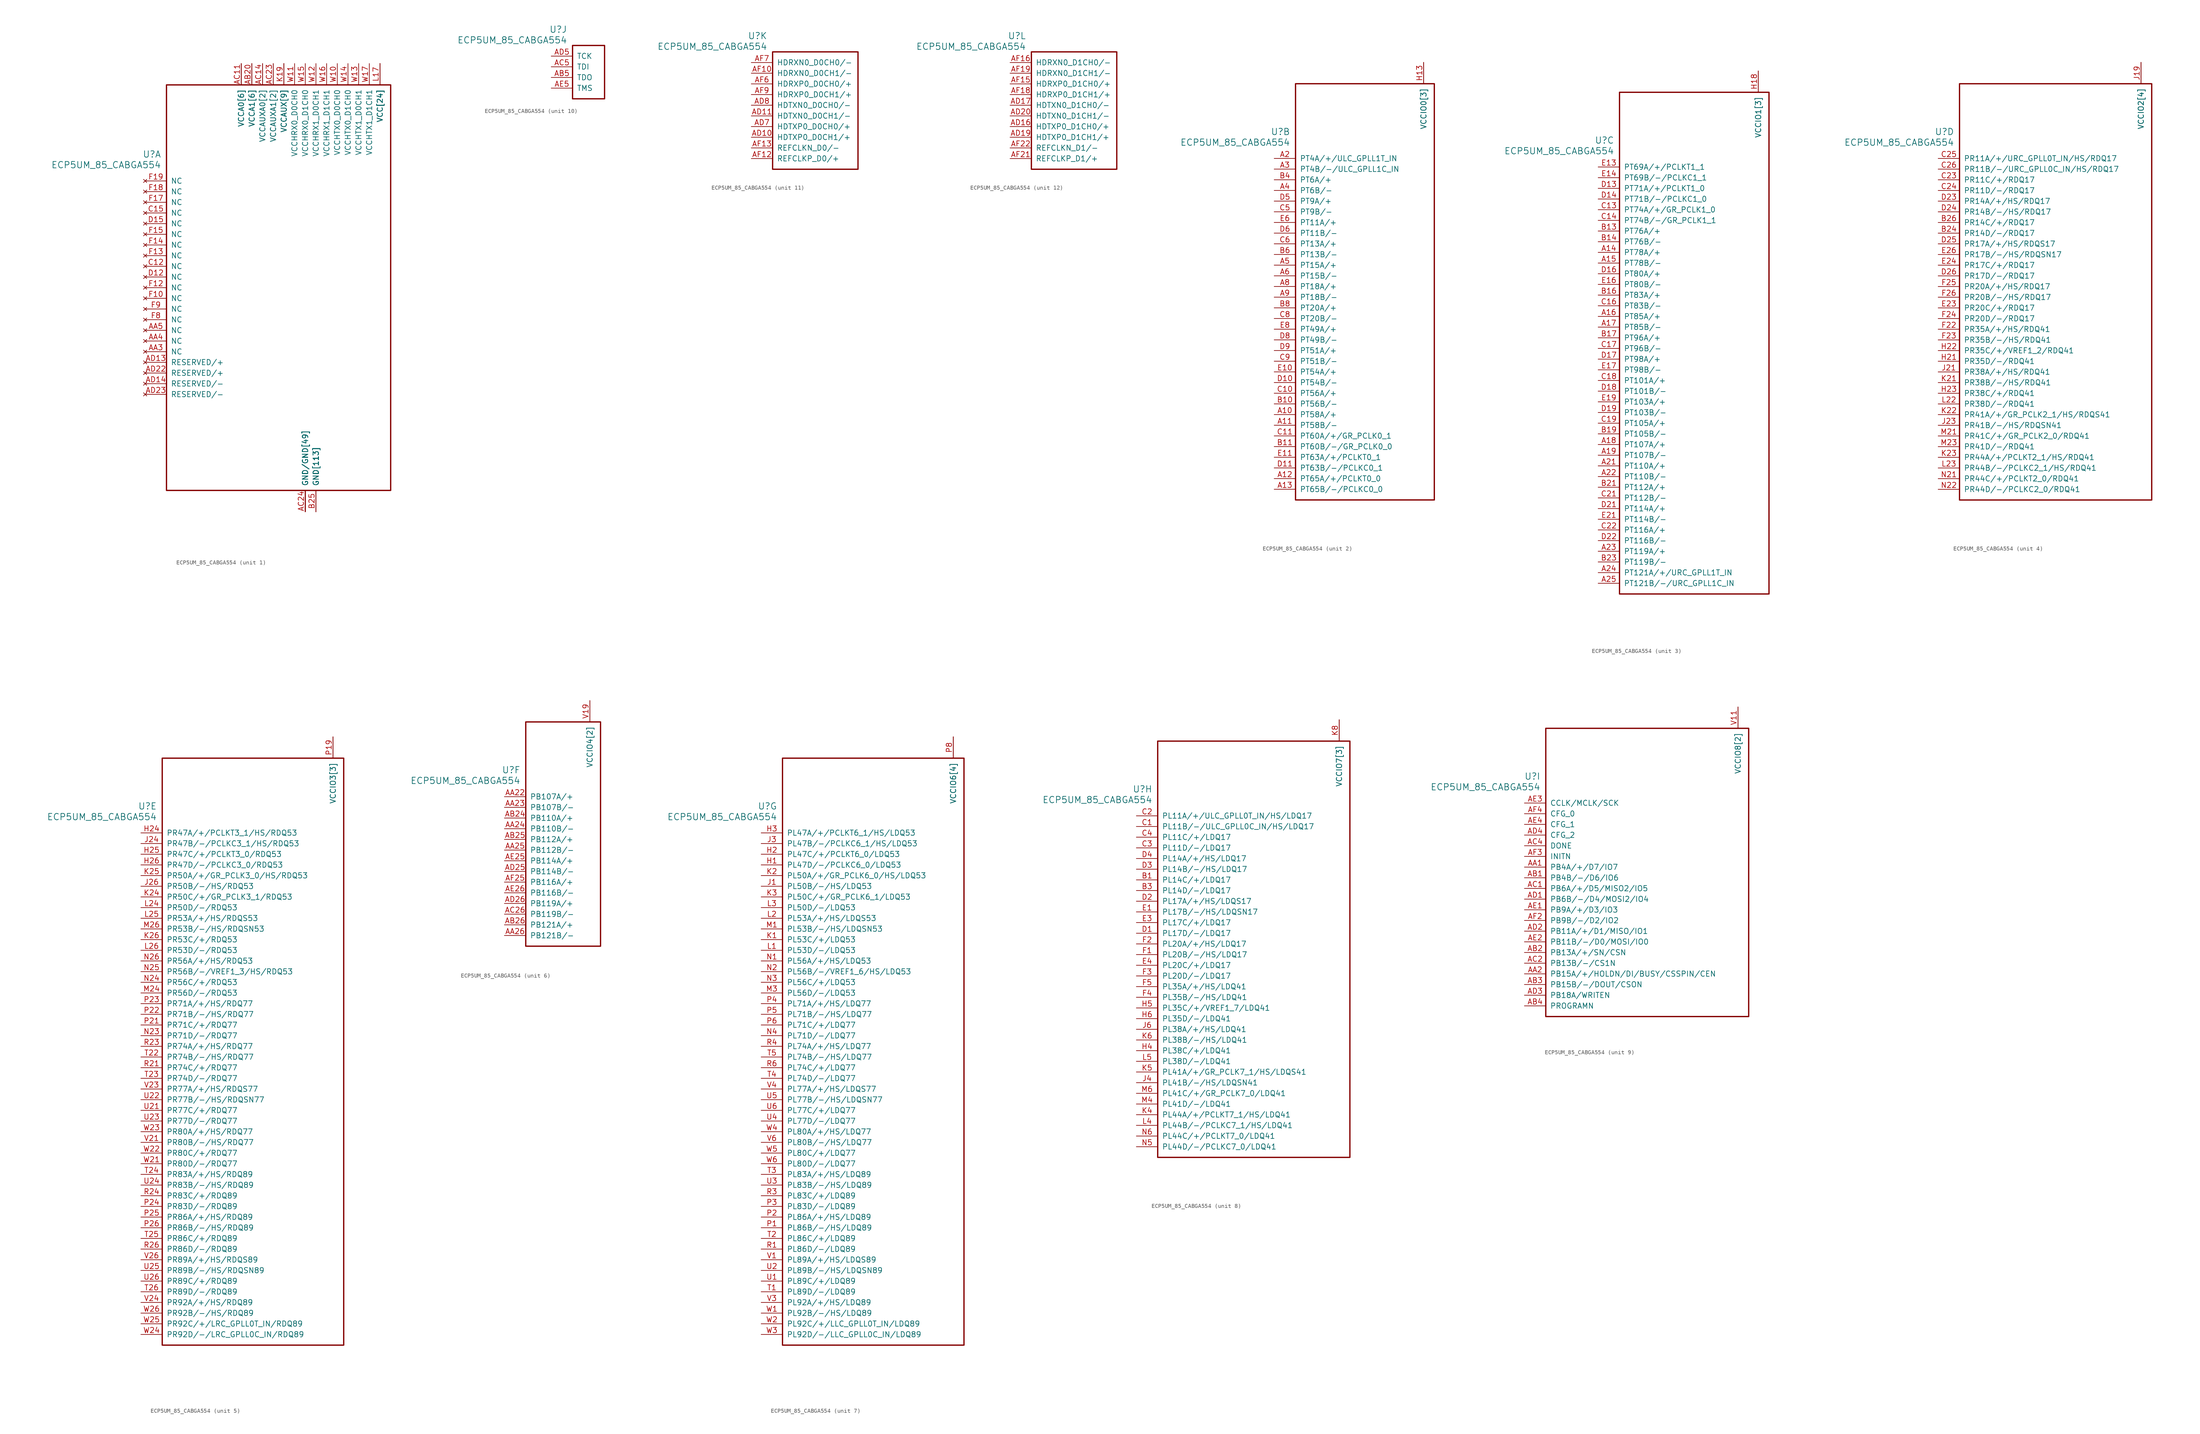
<source format=kicad_sym>
(kicad_symbol_lib
  (version 20211014)
  (generator kicad_symbol_editor)
  (symbol "ECP5UM_85_CABGA554"
    (pin_names
      (offset 1.016))
    (property "Reference" "U"
      (at 3.81 6.35 0)
      (effects (font (size 1.524 1.524)) (justify right)))
    (property "Value" "ECP5UM_85_CABGA554"
      (at 3.81 3.81 0)
      (effects (font (size 1.524 1.524)) (justify right)))
    (property "ki_locked" ""
      (at 0 0 0)
      (effects (font (size 1.27 1.27))))
    (symbol "ECP5UM_85_CABGA554_1_1"
      (rectangle (start 5.08 22.86) (end 58.42 -73.66) (stroke (width 0.305) (type default) (color 0 0 0 0)) (fill (type none)))
      (pin power_in line (at 38.1 -78.74 90) (length 5.08) (name "GND/GND[49]" (effects (font (size 1.27 1.27)))) (number "AA10" (effects (font (size 0 0)))))
      (pin power_in line (at 38.1 -78.74 90) (length 5.08) (name "GND/GND[49]" (effects (font (size 1.27 1.27)))) (number "AA12" (effects (font (size 0 0)))))
      (pin power_in line (at 38.1 -78.74 90) (length 5.08) (name "GND/GND[49]" (effects (font (size 1.27 1.27)))) (number "AA13" (effects (font (size 0 0)))))
      (pin power_in line (at 38.1 -78.74 90) (length 5.08) (name "GND/GND[49]" (effects (font (size 1.27 1.27)))) (number "AA14" (effects (font (size 0 0)))))
      (pin power_in line (at 38.1 -78.74 90) (length 5.08) (name "GND/GND[49]" (effects (font (size 1.27 1.27)))) (number "AA15" (effects (font (size 0 0)))))
      (pin power_in line (at 38.1 -78.74 90) (length 5.08) (name "GND/GND[49]" (effects (font (size 1.27 1.27)))) (number "AA17" (effects (font (size 0 0)))))
      (pin power_in line (at 38.1 -78.74 90) (length 5.08) (name "GND/GND[49]" (effects (font (size 1.27 1.27)))) (number "AA18" (effects (font (size 0 0)))))
      (pin power_in line (at 38.1 -78.74 90) (length 5.08) (name "GND/GND[49]" (effects (font (size 1.27 1.27)))) (number "AA20" (effects (font (size 0 0)))))
      (pin no_connect line (at 0 -40.64 0) (length 5.08) (name "NC" (effects (font (size 1.27 1.27)))) (number "AA3" (effects (font (size 1.27 1.27)))))
      (pin no_connect line (at 0 -38.1 0) (length 5.08) (name "NC" (effects (font (size 1.27 1.27)))) (number "AA4" (effects (font (size 1.27 1.27)))))
      (pin no_connect line (at 0 -35.56 0) (length 5.08) (name "NC" (effects (font (size 1.27 1.27)))) (number "AA5" (effects (font (size 1.27 1.27)))))
      (pin power_in line (at 38.1 -78.74 90) (length 5.08) (name "GND/GND[49]" (effects (font (size 1.27 1.27)))) (number "AA7" (effects (font (size 0 0)))))
      (pin power_in line (at 38.1 -78.74 90) (length 5.08) (name "GND/GND[49]" (effects (font (size 1.27 1.27)))) (number "AA9" (effects (font (size 0 0)))))
      (pin power_in line (at 22.86 27.94 270) (length 5.08) (name "VCCA0[6]" (effects (font (size 1.27 1.27)))) (number "AB10" (effects (font (size 0 0)))))
      (pin power_in line (at 38.1 -78.74 90) (length 5.08) (name "GND/GND[49]" (effects (font (size 1.27 1.27)))) (number "AB12" (effects (font (size 0 0)))))
      (pin power_in line (at 38.1 -78.74 90) (length 5.08) (name "GND/GND[49]" (effects (font (size 1.27 1.27)))) (number "AB13" (effects (font (size 0 0)))))
      (pin power_in line (at 38.1 -78.74 90) (length 5.08) (name "GND/GND[49]" (effects (font (size 1.27 1.27)))) (number "AB14" (effects (font (size 0 0)))))
      (pin power_in line (at 38.1 -78.74 90) (length 5.08) (name "GND/GND[49]" (effects (font (size 1.27 1.27)))) (number "AB15" (effects (font (size 0 0)))))
      (pin power_in line (at 25.4 27.94 270) (length 5.08) (name "VCCA1[6]" (effects (font (size 1.27 1.27)))) (number "AB17" (effects (font (size 0 0)))))
      (pin power_in line (at 38.1 -78.74 90) (length 5.08) (name "GND/GND[49]" (effects (font (size 1.27 1.27)))) (number "AB18" (effects (font (size 0 0)))))
      (pin power_in line (at 25.4 27.94 270) (length 5.08) (name "VCCA1[6]" (effects (font (size 1.27 1.27)))) (number "AB20" (effects (font (size 1.27 1.27)))))
      (pin power_in line (at 38.1 -78.74 90) (length 5.08) (name "GND/GND[49]" (effects (font (size 1.27 1.27)))) (number "AB21" (effects (font (size 0 0)))))
      (pin power_in line (at 38.1 -78.74 90) (length 5.08) (name "GND/GND[49]" (effects (font (size 1.27 1.27)))) (number "AB22" (effects (font (size 0 0)))))
      (pin power_in line (at 38.1 -78.74 90) (length 5.08) (name "GND/GND[49]" (effects (font (size 1.27 1.27)))) (number "AB23" (effects (font (size 0 0)))))
      (pin power_in line (at 38.1 -78.74 90) (length 5.08) (name "GND/GND[49]" (effects (font (size 1.27 1.27)))) (number "AB6" (effects (font (size 0 0)))))
      (pin power_in line (at 22.86 27.94 270) (length 5.08) (name "VCCA0[6]" (effects (font (size 1.27 1.27)))) (number "AB7" (effects (font (size 0 0)))))
      (pin power_in line (at 38.1 -78.74 90) (length 5.08) (name "GND/GND[49]" (effects (font (size 1.27 1.27)))) (number "AB9" (effects (font (size 0 0)))))
      (pin power_in line (at 22.86 27.94 270) (length 5.08) (name "VCCA0[6]" (effects (font (size 1.27 1.27)))) (number "AC10" (effects (font (size 0 0)))))
      (pin power_in line (at 22.86 27.94 270) (length 5.08) (name "VCCA0[6]" (effects (font (size 1.27 1.27)))) (number "AC11" (effects (font (size 1.27 1.27)))))
      (pin power_in line (at 38.1 -78.74 90) (length 5.08) (name "GND/GND[49]" (effects (font (size 1.27 1.27)))) (number "AC12" (effects (font (size 0 0)))))
      (pin power_in line (at 27.94 27.94 270) (length 5.08) (name "VCCAUXA0[2]" (effects (font (size 1.27 1.27)))) (number "AC13" (effects (font (size 0 0)))))
      (pin power_in line (at 27.94 27.94 270) (length 5.08) (name "VCCAUXA0[2]" (effects (font (size 1.27 1.27)))) (number "AC14" (effects (font (size 1.27 1.27)))))
      (pin power_in line (at 38.1 -78.74 90) (length 5.08) (name "GND/GND[49]" (effects (font (size 1.27 1.27)))) (number "AC15" (effects (font (size 0 0)))))
      (pin power_in line (at 25.4 27.94 270) (length 5.08) (name "VCCA1[6]" (effects (font (size 1.27 1.27)))) (number "AC16" (effects (font (size 0 0)))))
      (pin power_in line (at 25.4 27.94 270) (length 5.08) (name "VCCA1[6]" (effects (font (size 1.27 1.27)))) (number "AC17" (effects (font (size 0 0)))))
      (pin power_in line (at 38.1 -78.74 90) (length 5.08) (name "GND/GND[49]" (effects (font (size 1.27 1.27)))) (number "AC18" (effects (font (size 0 0)))))
      (pin power_in line (at 25.4 27.94 270) (length 5.08) (name "VCCA1[6]" (effects (font (size 1.27 1.27)))) (number "AC19" (effects (font (size 0 0)))))
      (pin power_in line (at 25.4 27.94 270) (length 5.08) (name "VCCA1[6]" (effects (font (size 1.27 1.27)))) (number "AC20" (effects (font (size 0 0)))))
      (pin power_in line (at 38.1 -78.74 90) (length 5.08) (name "GND/GND[49]" (effects (font (size 1.27 1.27)))) (number "AC21" (effects (font (size 0 0)))))
      (pin power_in line (at 30.48 27.94 270) (length 5.08) (name "VCCAUXA1[2]" (effects (font (size 1.27 1.27)))) (number "AC22" (effects (font (size 0 0)))))
      (pin power_in line (at 30.48 27.94 270) (length 5.08) (name "VCCAUXA1[2]" (effects (font (size 1.27 1.27)))) (number "AC23" (effects (font (size 1.27 1.27)))))
      (pin power_in line (at 38.1 -78.74 90) (length 5.08) (name "GND/GND[49]" (effects (font (size 1.27 1.27)))) (number "AC24" (effects (font (size 1.27 1.27)))))
      (pin power_in line (at 40.64 -78.74 90) (length 5.08) (name "GND[113]" (effects (font (size 1.27 1.27)))) (number "AC25" (effects (font (size 0 0)))))
      (pin power_in line (at 40.64 -78.74 90) (length 5.08) (name "GND[113]" (effects (font (size 1.27 1.27)))) (number "AC3" (effects (font (size 0 0)))))
      (pin power_in line (at 38.1 -78.74 90) (length 5.08) (name "GND/GND[49]" (effects (font (size 1.27 1.27)))) (number "AC6" (effects (font (size 0 0)))))
      (pin power_in line (at 22.86 27.94 270) (length 5.08) (name "VCCA0[6]" (effects (font (size 1.27 1.27)))) (number "AC7" (effects (font (size 0 0)))))
      (pin power_in line (at 22.86 27.94 270) (length 5.08) (name "VCCA0[6]" (effects (font (size 1.27 1.27)))) (number "AC8" (effects (font (size 0 0)))))
      (pin power_in line (at 38.1 -78.74 90) (length 5.08) (name "GND/GND[49]" (effects (font (size 1.27 1.27)))) (number "AC9" (effects (font (size 0 0)))))
      (pin power_in line (at 38.1 -78.74 90) (length 5.08) (name "GND/GND[49]" (effects (font (size 1.27 1.27)))) (number "AD12" (effects (font (size 0 0)))))
      (pin no_connect line (at 0 -43.18 0) (length 5.08) (name "RESERVED/+" (effects (font (size 1.27 1.27)))) (number "AD13" (effects (font (size 1.27 1.27)))))
      (pin no_connect line (at 0 -48.26 0) (length 5.08) (name "RESERVED/-" (effects (font (size 1.27 1.27)))) (number "AD14" (effects (font (size 1.27 1.27)))))
      (pin power_in line (at 38.1 -78.74 90) (length 5.08) (name "GND/GND[49]" (effects (font (size 1.27 1.27)))) (number "AD15" (effects (font (size 0 0)))))
      (pin power_in line (at 38.1 -78.74 90) (length 5.08) (name "GND/GND[49]" (effects (font (size 1.27 1.27)))) (number "AD18" (effects (font (size 0 0)))))
      (pin power_in line (at 38.1 -78.74 90) (length 5.08) (name "GND/GND[49]" (effects (font (size 1.27 1.27)))) (number "AD21" (effects (font (size 0 0)))))
      (pin no_connect line (at 0 -45.72 0) (length 5.08) (name "RESERVED/+" (effects (font (size 1.27 1.27)))) (number "AD22" (effects (font (size 1.27 1.27)))))
      (pin no_connect line (at 0 -50.8 0) (length 5.08) (name "RESERVED/-" (effects (font (size 1.27 1.27)))) (number "AD23" (effects (font (size 1.27 1.27)))))
      (pin power_in line (at 38.1 -78.74 90) (length 5.08) (name "GND/GND[49]" (effects (font (size 1.27 1.27)))) (number "AD24" (effects (font (size 0 0)))))
      (pin power_in line (at 38.1 -78.74 90) (length 5.08) (name "GND/GND[49]" (effects (font (size 1.27 1.27)))) (number "AD6" (effects (font (size 0 0)))))
      (pin power_in line (at 38.1 -78.74 90) (length 5.08) (name "GND/GND[49]" (effects (font (size 1.27 1.27)))) (number "AD9" (effects (font (size 0 0)))))
      (pin power_in line (at 38.1 -78.74 90) (length 5.08) (name "GND/GND[49]" (effects (font (size 1.27 1.27)))) (number "AE10" (effects (font (size 0 0)))))
      (pin power_in line (at 38.1 -78.74 90) (length 5.08) (name "GND/GND[49]" (effects (font (size 1.27 1.27)))) (number "AE12" (effects (font (size 0 0)))))
      (pin power_in line (at 38.1 -78.74 90) (length 5.08) (name "GND/GND[49]" (effects (font (size 1.27 1.27)))) (number "AE13" (effects (font (size 0 0)))))
      (pin power_in line (at 38.1 -78.74 90) (length 5.08) (name "GND/GND[49]" (effects (font (size 1.27 1.27)))) (number "AE15" (effects (font (size 0 0)))))
      (pin power_in line (at 38.1 -78.74 90) (length 5.08) (name "GND/GND[49]" (effects (font (size 1.27 1.27)))) (number "AE16" (effects (font (size 0 0)))))
      (pin power_in line (at 38.1 -78.74 90) (length 5.08) (name "GND/GND[49]" (effects (font (size 1.27 1.27)))) (number "AE18" (effects (font (size 0 0)))))
      (pin power_in line (at 38.1 -78.74 90) (length 5.08) (name "GND/GND[49]" (effects (font (size 1.27 1.27)))) (number "AE19" (effects (font (size 0 0)))))
      (pin power_in line (at 38.1 -78.74 90) (length 5.08) (name "GND/GND[49]" (effects (font (size 1.27 1.27)))) (number "AE21" (effects (font (size 0 0)))))
      (pin power_in line (at 38.1 -78.74 90) (length 5.08) (name "GND/GND[49]" (effects (font (size 1.27 1.27)))) (number "AE22" (effects (font (size 0 0)))))
      (pin power_in line (at 38.1 -78.74 90) (length 5.08) (name "GND/GND[49]" (effects (font (size 1.27 1.27)))) (number "AE24" (effects (font (size 0 0)))))
      (pin power_in line (at 38.1 -78.74 90) (length 5.08) (name "GND/GND[49]" (effects (font (size 1.27 1.27)))) (number "AE6" (effects (font (size 0 0)))))
      (pin power_in line (at 38.1 -78.74 90) (length 5.08) (name "GND/GND[49]" (effects (font (size 1.27 1.27)))) (number "AE7" (effects (font (size 0 0)))))
      (pin power_in line (at 38.1 -78.74 90) (length 5.08) (name "GND/GND[49]" (effects (font (size 1.27 1.27)))) (number "AE9" (effects (font (size 0 0)))))
      (pin power_in line (at 38.1 -78.74 90) (length 5.08) (name "GND/GND[49]" (effects (font (size 1.27 1.27)))) (number "AF24" (effects (font (size 0 0)))))
      (pin power_in line (at 38.1 -78.74 90) (length 5.08) (name "GND/GND[49]" (effects (font (size 1.27 1.27)))) (number "AF5" (effects (font (size 0 0)))))
      (pin power_in line (at 40.64 -78.74 90) (length 5.08) (name "GND[113]" (effects (font (size 1.27 1.27)))) (number "B12" (effects (font (size 0 0)))))
      (pin power_in line (at 40.64 -78.74 90) (length 5.08) (name "GND[113]" (effects (font (size 1.27 1.27)))) (number "B15" (effects (font (size 0 0)))))
      (pin power_in line (at 40.64 -78.74 90) (length 5.08) (name "GND[113]" (effects (font (size 1.27 1.27)))) (number "B18" (effects (font (size 0 0)))))
      (pin power_in line (at 40.64 -78.74 90) (length 5.08) (name "GND[113]" (effects (font (size 1.27 1.27)))) (number "B2" (effects (font (size 0 0)))))
      (pin power_in line (at 40.64 -78.74 90) (length 5.08) (name "GND[113]" (effects (font (size 1.27 1.27)))) (number "B22" (effects (font (size 0 0)))))
      (pin power_in line (at 40.64 -78.74 90) (length 5.08) (name "GND[113]" (effects (font (size 1.27 1.27)))) (number "B25" (effects (font (size 1.27 1.27)))))
      (pin power_in line (at 40.64 -78.74 90) (length 5.08) (name "GND[113]" (effects (font (size 1.27 1.27)))) (number "B5" (effects (font (size 0 0)))))
      (pin power_in line (at 40.64 -78.74 90) (length 5.08) (name "GND[113]" (effects (font (size 1.27 1.27)))) (number "B9" (effects (font (size 0 0)))))
      (pin no_connect line (at 0 -20.32 0) (length 5.08) (name "NC" (effects (font (size 1.27 1.27)))) (number "C12" (effects (font (size 1.27 1.27)))))
      (pin no_connect line (at 0 -7.62 0) (length 5.08) (name "NC" (effects (font (size 1.27 1.27)))) (number "C15" (effects (font (size 1.27 1.27)))))
      (pin no_connect line (at 0 -22.86 0) (length 5.08) (name "NC" (effects (font (size 1.27 1.27)))) (number "D12" (effects (font (size 1.27 1.27)))))
      (pin no_connect line (at 0 -10.16 0) (length 5.08) (name "NC" (effects (font (size 1.27 1.27)))) (number "D15" (effects (font (size 1.27 1.27)))))
      (pin power_in line (at 40.64 -78.74 90) (length 5.08) (name "GND[113]" (effects (font (size 1.27 1.27)))) (number "E12" (effects (font (size 0 0)))))
      (pin power_in line (at 40.64 -78.74 90) (length 5.08) (name "GND[113]" (effects (font (size 1.27 1.27)))) (number "E15" (effects (font (size 0 0)))))
      (pin power_in line (at 40.64 -78.74 90) (length 5.08) (name "GND[113]" (effects (font (size 1.27 1.27)))) (number "E18" (effects (font (size 0 0)))))
      (pin power_in line (at 40.64 -78.74 90) (length 5.08) (name "GND[113]" (effects (font (size 1.27 1.27)))) (number "E2" (effects (font (size 0 0)))))
      (pin power_in line (at 40.64 -78.74 90) (length 5.08) (name "GND[113]" (effects (font (size 1.27 1.27)))) (number "E22" (effects (font (size 0 0)))))
      (pin power_in line (at 40.64 -78.74 90) (length 5.08) (name "GND[113]" (effects (font (size 1.27 1.27)))) (number "E25" (effects (font (size 0 0)))))
      (pin power_in line (at 40.64 -78.74 90) (length 5.08) (name "GND[113]" (effects (font (size 1.27 1.27)))) (number "E5" (effects (font (size 0 0)))))
      (pin power_in line (at 40.64 -78.74 90) (length 5.08) (name "GND[113]" (effects (font (size 1.27 1.27)))) (number "E9" (effects (font (size 0 0)))))
      (pin no_connect line (at 0 -27.94 0) (length 5.08) (name "NC" (effects (font (size 1.27 1.27)))) (number "F10" (effects (font (size 1.27 1.27)))))
      (pin no_connect line (at 0 -25.4 0) (length 5.08) (name "NC" (effects (font (size 1.27 1.27)))) (number "F12" (effects (font (size 1.27 1.27)))))
      (pin no_connect line (at 0 -17.78 0) (length 5.08) (name "NC" (effects (font (size 1.27 1.27)))) (number "F13" (effects (font (size 1.27 1.27)))))
      (pin no_connect line (at 0 -15.24 0) (length 5.08) (name "NC" (effects (font (size 1.27 1.27)))) (number "F14" (effects (font (size 1.27 1.27)))))
      (pin no_connect line (at 0 -12.7 0) (length 5.08) (name "NC" (effects (font (size 1.27 1.27)))) (number "F15" (effects (font (size 1.27 1.27)))))
      (pin no_connect line (at 0 -5.08 0) (length 5.08) (name "NC" (effects (font (size 1.27 1.27)))) (number "F17" (effects (font (size 1.27 1.27)))))
      (pin no_connect line (at 0 -2.54 0) (length 5.08) (name "NC" (effects (font (size 1.27 1.27)))) (number "F18" (effects (font (size 1.27 1.27)))))
      (pin no_connect line (at 0 0 0) (length 5.08) (name "NC" (effects (font (size 1.27 1.27)))) (number "F19" (effects (font (size 1.27 1.27)))))
      (pin no_connect line (at 0 -33.02 0) (length 5.08) (name "NC" (effects (font (size 1.27 1.27)))) (number "F8" (effects (font (size 1.27 1.27)))))
      (pin no_connect line (at 0 -30.48 0) (length 5.08) (name "NC" (effects (font (size 1.27 1.27)))) (number "F9" (effects (font (size 1.27 1.27)))))
      (pin power_in line (at 33.02 27.94 270) (length 5.08) (name "VCCAUX[9]" (effects (font (size 1.27 1.27)))) (number "H11" (effects (font (size 0 0)))))
      (pin power_in line (at 33.02 27.94 270) (length 5.08) (name "VCCAUX[9]" (effects (font (size 1.27 1.27)))) (number "H14" (effects (font (size 0 0)))))
      (pin power_in line (at 33.02 27.94 270) (length 5.08) (name "VCCAUX[9]" (effects (font (size 1.27 1.27)))) (number "H17" (effects (font (size 0 0)))))
      (pin power_in line (at 40.64 -78.74 90) (length 5.08) (name "GND[113]" (effects (font (size 1.27 1.27)))) (number "H19" (effects (font (size 0 0)))))
      (pin power_in line (at 40.64 -78.74 90) (length 5.08) (name "GND[113]" (effects (font (size 1.27 1.27)))) (number "H8" (effects (font (size 0 0)))))
      (pin power_in line (at 40.64 -78.74 90) (length 5.08) (name "GND[113]" (effects (font (size 1.27 1.27)))) (number "H9" (effects (font (size 0 0)))))
      (pin power_in line (at 40.64 -78.74 90) (length 5.08) (name "GND[113]" (effects (font (size 1.27 1.27)))) (number "J10" (effects (font (size 0 0)))))
      (pin power_in line (at 40.64 -78.74 90) (length 5.08) (name "GND[113]" (effects (font (size 1.27 1.27)))) (number "J11" (effects (font (size 0 0)))))
      (pin power_in line (at 40.64 -78.74 90) (length 5.08) (name "GND[113]" (effects (font (size 1.27 1.27)))) (number "J12" (effects (font (size 0 0)))))
      (pin power_in line (at 40.64 -78.74 90) (length 5.08) (name "GND[113]" (effects (font (size 1.27 1.27)))) (number "J13" (effects (font (size 0 0)))))
      (pin power_in line (at 40.64 -78.74 90) (length 5.08) (name "GND[113]" (effects (font (size 1.27 1.27)))) (number "J14" (effects (font (size 0 0)))))
      (pin power_in line (at 40.64 -78.74 90) (length 5.08) (name "GND[113]" (effects (font (size 1.27 1.27)))) (number "J15" (effects (font (size 0 0)))))
      (pin power_in line (at 40.64 -78.74 90) (length 5.08) (name "GND[113]" (effects (font (size 1.27 1.27)))) (number "J16" (effects (font (size 0 0)))))
      (pin power_in line (at 40.64 -78.74 90) (length 5.08) (name "GND[113]" (effects (font (size 1.27 1.27)))) (number "J17" (effects (font (size 0 0)))))
      (pin power_in line (at 40.64 -78.74 90) (length 5.08) (name "GND[113]" (effects (font (size 1.27 1.27)))) (number "J18" (effects (font (size 0 0)))))
      (pin power_in line (at 40.64 -78.74 90) (length 5.08) (name "GND[113]" (effects (font (size 1.27 1.27)))) (number "J2" (effects (font (size 0 0)))))
      (pin power_in line (at 40.64 -78.74 90) (length 5.08) (name "GND[113]" (effects (font (size 1.27 1.27)))) (number "J22" (effects (font (size 0 0)))))
      (pin power_in line (at 40.64 -78.74 90) (length 5.08) (name "GND[113]" (effects (font (size 1.27 1.27)))) (number "J25" (effects (font (size 0 0)))))
      (pin power_in line (at 40.64 -78.74 90) (length 5.08) (name "GND[113]" (effects (font (size 1.27 1.27)))) (number "J5" (effects (font (size 0 0)))))
      (pin power_in line (at 40.64 -78.74 90) (length 5.08) (name "GND[113]" (effects (font (size 1.27 1.27)))) (number "J8" (effects (font (size 0 0)))))
      (pin power_in line (at 40.64 -78.74 90) (length 5.08) (name "GND[113]" (effects (font (size 1.27 1.27)))) (number "J9" (effects (font (size 0 0)))))
      (pin power_in line (at 40.64 -78.74 90) (length 5.08) (name "GND[113]" (effects (font (size 1.27 1.27)))) (number "K10" (effects (font (size 0 0)))))
      (pin power_in line (at 55.88 27.94 270) (length 5.08) (name "VCC[24]" (effects (font (size 1.27 1.27)))) (number "K11" (effects (font (size 0 0)))))
      (pin power_in line (at 55.88 27.94 270) (length 5.08) (name "VCC[24]" (effects (font (size 1.27 1.27)))) (number "K12" (effects (font (size 0 0)))))
      (pin power_in line (at 55.88 27.94 270) (length 5.08) (name "VCC[24]" (effects (font (size 1.27 1.27)))) (number "K13" (effects (font (size 0 0)))))
      (pin power_in line (at 55.88 27.94 270) (length 5.08) (name "VCC[24]" (effects (font (size 1.27 1.27)))) (number "K14" (effects (font (size 0 0)))))
      (pin power_in line (at 55.88 27.94 270) (length 5.08) (name "VCC[24]" (effects (font (size 1.27 1.27)))) (number "K15" (effects (font (size 0 0)))))
      (pin power_in line (at 55.88 27.94 270) (length 5.08) (name "VCC[24]" (effects (font (size 1.27 1.27)))) (number "K16" (effects (font (size 0 0)))))
      (pin power_in line (at 40.64 -78.74 90) (length 5.08) (name "GND[113]" (effects (font (size 1.27 1.27)))) (number "K17" (effects (font (size 0 0)))))
      (pin power_in line (at 40.64 -78.74 90) (length 5.08) (name "GND[113]" (effects (font (size 1.27 1.27)))) (number "K18" (effects (font (size 0 0)))))
      (pin power_in line (at 33.02 27.94 270) (length 5.08) (name "VCCAUX[9]" (effects (font (size 1.27 1.27)))) (number "K19" (effects (font (size 1.27 1.27)))))
      (pin power_in line (at 40.64 -78.74 90) (length 5.08) (name "GND[113]" (effects (font (size 1.27 1.27)))) (number "K9" (effects (font (size 0 0)))))
      (pin power_in line (at 55.88 27.94 270) (length 5.08) (name "VCC[24]" (effects (font (size 1.27 1.27)))) (number "L10" (effects (font (size 0 0)))))
      (pin power_in line (at 40.64 -78.74 90) (length 5.08) (name "GND[113]" (effects (font (size 1.27 1.27)))) (number "L11" (effects (font (size 0 0)))))
      (pin power_in line (at 40.64 -78.74 90) (length 5.08) (name "GND[113]" (effects (font (size 1.27 1.27)))) (number "L12" (effects (font (size 0 0)))))
      (pin power_in line (at 40.64 -78.74 90) (length 5.08) (name "GND[113]" (effects (font (size 1.27 1.27)))) (number "L13" (effects (font (size 0 0)))))
      (pin power_in line (at 40.64 -78.74 90) (length 5.08) (name "GND[113]" (effects (font (size 1.27 1.27)))) (number "L14" (effects (font (size 0 0)))))
      (pin power_in line (at 40.64 -78.74 90) (length 5.08) (name "GND[113]" (effects (font (size 1.27 1.27)))) (number "L15" (effects (font (size 0 0)))))
      (pin power_in line (at 40.64 -78.74 90) (length 5.08) (name "GND[113]" (effects (font (size 1.27 1.27)))) (number "L16" (effects (font (size 0 0)))))
      (pin power_in line (at 55.88 27.94 270) (length 5.08) (name "VCC[24]" (effects (font (size 1.27 1.27)))) (number "L17" (effects (font (size 1.27 1.27)))))
      (pin power_in line (at 40.64 -78.74 90) (length 5.08) (name "GND[113]" (effects (font (size 1.27 1.27)))) (number "L18" (effects (font (size 0 0)))))
      (pin power_in line (at 33.02 27.94 270) (length 5.08) (name "VCCAUX[9]" (effects (font (size 1.27 1.27)))) (number "L8" (effects (font (size 0 0)))))
      (pin power_in line (at 40.64 -78.74 90) (length 5.08) (name "GND[113]" (effects (font (size 1.27 1.27)))) (number "L9" (effects (font (size 0 0)))))
      (pin power_in line (at 55.88 27.94 270) (length 5.08) (name "VCC[24]" (effects (font (size 1.27 1.27)))) (number "M10" (effects (font (size 0 0)))))
      (pin power_in line (at 40.64 -78.74 90) (length 5.08) (name "GND[113]" (effects (font (size 1.27 1.27)))) (number "M11" (effects (font (size 0 0)))))
      (pin power_in line (at 40.64 -78.74 90) (length 5.08) (name "GND[113]" (effects (font (size 1.27 1.27)))) (number "M12" (effects (font (size 0 0)))))
      (pin power_in line (at 40.64 -78.74 90) (length 5.08) (name "GND[113]" (effects (font (size 1.27 1.27)))) (number "M13" (effects (font (size 0 0)))))
      (pin power_in line (at 40.64 -78.74 90) (length 5.08) (name "GND[113]" (effects (font (size 1.27 1.27)))) (number "M14" (effects (font (size 0 0)))))
      (pin power_in line (at 40.64 -78.74 90) (length 5.08) (name "GND[113]" (effects (font (size 1.27 1.27)))) (number "M15" (effects (font (size 0 0)))))
      (pin power_in line (at 40.64 -78.74 90) (length 5.08) (name "GND[113]" (effects (font (size 1.27 1.27)))) (number "M16" (effects (font (size 0 0)))))
      (pin power_in line (at 55.88 27.94 270) (length 5.08) (name "VCC[24]" (effects (font (size 1.27 1.27)))) (number "M17" (effects (font (size 0 0)))))
      (pin power_in line (at 40.64 -78.74 90) (length 5.08) (name "GND[113]" (effects (font (size 1.27 1.27)))) (number "M18" (effects (font (size 0 0)))))
      (pin power_in line (at 40.64 -78.74 90) (length 5.08) (name "GND[113]" (effects (font (size 1.27 1.27)))) (number "M2" (effects (font (size 0 0)))))
      (pin power_in line (at 40.64 -78.74 90) (length 5.08) (name "GND[113]" (effects (font (size 1.27 1.27)))) (number "M22" (effects (font (size 0 0)))))
      (pin power_in line (at 40.64 -78.74 90) (length 5.08) (name "GND[113]" (effects (font (size 1.27 1.27)))) (number "M25" (effects (font (size 0 0)))))
      (pin power_in line (at 40.64 -78.74 90) (length 5.08) (name "GND[113]" (effects (font (size 1.27 1.27)))) (number "M5" (effects (font (size 0 0)))))
      (pin power_in line (at 40.64 -78.74 90) (length 5.08) (name "GND[113]" (effects (font (size 1.27 1.27)))) (number "M9" (effects (font (size 0 0)))))
      (pin power_in line (at 55.88 27.94 270) (length 5.08) (name "VCC[24]" (effects (font (size 1.27 1.27)))) (number "N10" (effects (font (size 0 0)))))
      (pin power_in line (at 40.64 -78.74 90) (length 5.08) (name "GND[113]" (effects (font (size 1.27 1.27)))) (number "N11" (effects (font (size 0 0)))))
      (pin power_in line (at 40.64 -78.74 90) (length 5.08) (name "GND[113]" (effects (font (size 1.27 1.27)))) (number "N12" (effects (font (size 0 0)))))
      (pin power_in line (at 40.64 -78.74 90) (length 5.08) (name "GND[113]" (effects (font (size 1.27 1.27)))) (number "N13" (effects (font (size 0 0)))))
      (pin power_in line (at 40.64 -78.74 90) (length 5.08) (name "GND[113]" (effects (font (size 1.27 1.27)))) (number "N14" (effects (font (size 0 0)))))
      (pin power_in line (at 40.64 -78.74 90) (length 5.08) (name "GND[113]" (effects (font (size 1.27 1.27)))) (number "N15" (effects (font (size 0 0)))))
      (pin power_in line (at 40.64 -78.74 90) (length 5.08) (name "GND[113]" (effects (font (size 1.27 1.27)))) (number "N16" (effects (font (size 0 0)))))
      (pin power_in line (at 55.88 27.94 270) (length 5.08) (name "VCC[24]" (effects (font (size 1.27 1.27)))) (number "N17" (effects (font (size 0 0)))))
      (pin power_in line (at 40.64 -78.74 90) (length 5.08) (name "GND[113]" (effects (font (size 1.27 1.27)))) (number "N18" (effects (font (size 0 0)))))
      (pin power_in line (at 40.64 -78.74 90) (length 5.08) (name "GND[113]" (effects (font (size 1.27 1.27)))) (number "N9" (effects (font (size 0 0)))))
      (pin power_in line (at 55.88 27.94 270) (length 5.08) (name "VCC[24]" (effects (font (size 1.27 1.27)))) (number "P10" (effects (font (size 0 0)))))
      (pin power_in line (at 40.64 -78.74 90) (length 5.08) (name "GND[113]" (effects (font (size 1.27 1.27)))) (number "P11" (effects (font (size 0 0)))))
      (pin power_in line (at 40.64 -78.74 90) (length 5.08) (name "GND[113]" (effects (font (size 1.27 1.27)))) (number "P12" (effects (font (size 0 0)))))
      (pin power_in line (at 40.64 -78.74 90) (length 5.08) (name "GND[113]" (effects (font (size 1.27 1.27)))) (number "P13" (effects (font (size 0 0)))))
      (pin power_in line (at 40.64 -78.74 90) (length 5.08) (name "GND[113]" (effects (font (size 1.27 1.27)))) (number "P14" (effects (font (size 0 0)))))
      (pin power_in line (at 40.64 -78.74 90) (length 5.08) (name "GND[113]" (effects (font (size 1.27 1.27)))) (number "P15" (effects (font (size 0 0)))))
      (pin power_in line (at 40.64 -78.74 90) (length 5.08) (name "GND[113]" (effects (font (size 1.27 1.27)))) (number "P16" (effects (font (size 0 0)))))
      (pin power_in line (at 55.88 27.94 270) (length 5.08) (name "VCC[24]" (effects (font (size 1.27 1.27)))) (number "P17" (effects (font (size 0 0)))))
      (pin power_in line (at 40.64 -78.74 90) (length 5.08) (name "GND[113]" (effects (font (size 1.27 1.27)))) (number "P18" (effects (font (size 0 0)))))
      (pin power_in line (at 40.64 -78.74 90) (length 5.08) (name "GND[113]" (effects (font (size 1.27 1.27)))) (number "P9" (effects (font (size 0 0)))))
      (pin power_in line (at 55.88 27.94 270) (length 5.08) (name "VCC[24]" (effects (font (size 1.27 1.27)))) (number "R10" (effects (font (size 0 0)))))
      (pin power_in line (at 40.64 -78.74 90) (length 5.08) (name "GND[113]" (effects (font (size 1.27 1.27)))) (number "R11" (effects (font (size 0 0)))))
      (pin power_in line (at 40.64 -78.74 90) (length 5.08) (name "GND[113]" (effects (font (size 1.27 1.27)))) (number "R12" (effects (font (size 0 0)))))
      (pin power_in line (at 40.64 -78.74 90) (length 5.08) (name "GND[113]" (effects (font (size 1.27 1.27)))) (number "R13" (effects (font (size 0 0)))))
      (pin power_in line (at 40.64 -78.74 90) (length 5.08) (name "GND[113]" (effects (font (size 1.27 1.27)))) (number "R14" (effects (font (size 0 0)))))
      (pin power_in line (at 40.64 -78.74 90) (length 5.08) (name "GND[113]" (effects (font (size 1.27 1.27)))) (number "R15" (effects (font (size 0 0)))))
      (pin power_in line (at 40.64 -78.74 90) (length 5.08) (name "GND[113]" (effects (font (size 1.27 1.27)))) (number "R16" (effects (font (size 0 0)))))
      (pin power_in line (at 55.88 27.94 270) (length 5.08) (name "VCC[24]" (effects (font (size 1.27 1.27)))) (number "R17" (effects (font (size 0 0)))))
      (pin power_in line (at 40.64 -78.74 90) (length 5.08) (name "GND[113]" (effects (font (size 1.27 1.27)))) (number "R18" (effects (font (size 0 0)))))
      (pin power_in line (at 40.64 -78.74 90) (length 5.08) (name "GND[113]" (effects (font (size 1.27 1.27)))) (number "R2" (effects (font (size 0 0)))))
      (pin power_in line (at 40.64 -78.74 90) (length 5.08) (name "GND[113]" (effects (font (size 1.27 1.27)))) (number "R22" (effects (font (size 0 0)))))
      (pin power_in line (at 40.64 -78.74 90) (length 5.08) (name "GND[113]" (effects (font (size 1.27 1.27)))) (number "R25" (effects (font (size 0 0)))))
      (pin power_in line (at 40.64 -78.74 90) (length 5.08) (name "GND[113]" (effects (font (size 1.27 1.27)))) (number "R5" (effects (font (size 0 0)))))
      (pin power_in line (at 40.64 -78.74 90) (length 5.08) (name "GND[113]" (effects (font (size 1.27 1.27)))) (number "R9" (effects (font (size 0 0)))))
      (pin power_in line (at 55.88 27.94 270) (length 5.08) (name "VCC[24]" (effects (font (size 1.27 1.27)))) (number "T10" (effects (font (size 0 0)))))
      (pin power_in line (at 55.88 27.94 270) (length 5.08) (name "VCC[24]" (effects (font (size 1.27 1.27)))) (number "T11" (effects (font (size 0 0)))))
      (pin power_in line (at 55.88 27.94 270) (length 5.08) (name "VCC[24]" (effects (font (size 1.27 1.27)))) (number "T12" (effects (font (size 0 0)))))
      (pin power_in line (at 55.88 27.94 270) (length 5.08) (name "VCC[24]" (effects (font (size 1.27 1.27)))) (number "T13" (effects (font (size 0 0)))))
      (pin power_in line (at 55.88 27.94 270) (length 5.08) (name "VCC[24]" (effects (font (size 1.27 1.27)))) (number "T14" (effects (font (size 0 0)))))
      (pin power_in line (at 55.88 27.94 270) (length 5.08) (name "VCC[24]" (effects (font (size 1.27 1.27)))) (number "T15" (effects (font (size 0 0)))))
      (pin power_in line (at 55.88 27.94 270) (length 5.08) (name "VCC[24]" (effects (font (size 1.27 1.27)))) (number "T16" (effects (font (size 0 0)))))
      (pin power_in line (at 55.88 27.94 270) (length 5.08) (name "VCC[24]" (effects (font (size 1.27 1.27)))) (number "T17" (effects (font (size 0 0)))))
      (pin power_in line (at 40.64 -78.74 90) (length 5.08) (name "GND[113]" (effects (font (size 1.27 1.27)))) (number "T18" (effects (font (size 0 0)))))
      (pin power_in line (at 33.02 27.94 270) (length 5.08) (name "VCCAUX[9]" (effects (font (size 1.27 1.27)))) (number "T19" (effects (font (size 0 0)))))
      (pin power_in line (at 33.02 27.94 270) (length 5.08) (name "VCCAUX[9]" (effects (font (size 1.27 1.27)))) (number "T8" (effects (font (size 0 0)))))
      (pin power_in line (at 40.64 -78.74 90) (length 5.08) (name "GND[113]" (effects (font (size 1.27 1.27)))) (number "T9" (effects (font (size 0 0)))))
      (pin power_in line (at 40.64 -78.74 90) (length 5.08) (name "GND[113]" (effects (font (size 1.27 1.27)))) (number "U10" (effects (font (size 0 0)))))
      (pin power_in line (at 40.64 -78.74 90) (length 5.08) (name "GND[113]" (effects (font (size 1.27 1.27)))) (number "U11" (effects (font (size 0 0)))))
      (pin power_in line (at 40.64 -78.74 90) (length 5.08) (name "GND[113]" (effects (font (size 1.27 1.27)))) (number "U12" (effects (font (size 0 0)))))
      (pin power_in line (at 40.64 -78.74 90) (length 5.08) (name "GND[113]" (effects (font (size 1.27 1.27)))) (number "U13" (effects (font (size 0 0)))))
      (pin power_in line (at 40.64 -78.74 90) (length 5.08) (name "GND[113]" (effects (font (size 1.27 1.27)))) (number "U14" (effects (font (size 0 0)))))
      (pin power_in line (at 40.64 -78.74 90) (length 5.08) (name "GND[113]" (effects (font (size 1.27 1.27)))) (number "U15" (effects (font (size 0 0)))))
      (pin power_in line (at 40.64 -78.74 90) (length 5.08) (name "GND[113]" (effects (font (size 1.27 1.27)))) (number "U16" (effects (font (size 0 0)))))
      (pin power_in line (at 40.64 -78.74 90) (length 5.08) (name "GND[113]" (effects (font (size 1.27 1.27)))) (number "U17" (effects (font (size 0 0)))))
      (pin power_in line (at 40.64 -78.74 90) (length 5.08) (name "GND[113]" (effects (font (size 1.27 1.27)))) (number "U18" (effects (font (size 0 0)))))
      (pin power_in line (at 40.64 -78.74 90) (length 5.08) (name "GND[113]" (effects (font (size 1.27 1.27)))) (number "U9" (effects (font (size 0 0)))))
      (pin power_in line (at 40.64 -78.74 90) (length 5.08) (name "GND[113]" (effects (font (size 1.27 1.27)))) (number "V12" (effects (font (size 0 0)))))
      (pin power_in line (at 40.64 -78.74 90) (length 5.08) (name "GND[113]" (effects (font (size 1.27 1.27)))) (number "V13" (effects (font (size 0 0)))))
      (pin power_in line (at 40.64 -78.74 90) (length 5.08) (name "GND[113]" (effects (font (size 1.27 1.27)))) (number "V14" (effects (font (size 0 0)))))
      (pin power_in line (at 40.64 -78.74 90) (length 5.08) (name "GND[113]" (effects (font (size 1.27 1.27)))) (number "V15" (effects (font (size 0 0)))))
      (pin power_in line (at 40.64 -78.74 90) (length 5.08) (name "GND[113]" (effects (font (size 1.27 1.27)))) (number "V16" (effects (font (size 0 0)))))
      (pin power_in line (at 40.64 -78.74 90) (length 5.08) (name "GND[113]" (effects (font (size 1.27 1.27)))) (number "V17" (effects (font (size 0 0)))))
      (pin power_in line (at 40.64 -78.74 90) (length 5.08) (name "GND[113]" (effects (font (size 1.27 1.27)))) (number "V2" (effects (font (size 0 0)))))
      (pin power_in line (at 40.64 -78.74 90) (length 5.08) (name "GND[113]" (effects (font (size 1.27 1.27)))) (number "V22" (effects (font (size 0 0)))))
      (pin power_in line (at 40.64 -78.74 90) (length 5.08) (name "GND[113]" (effects (font (size 1.27 1.27)))) (number "V25" (effects (font (size 0 0)))))
      (pin power_in line (at 40.64 -78.74 90) (length 5.08) (name "GND[113]" (effects (font (size 1.27 1.27)))) (number "V5" (effects (font (size 0 0)))))
      (pin power_in line (at 40.64 -78.74 90) (length 5.08) (name "GND[113]" (effects (font (size 1.27 1.27)))) (number "V9" (effects (font (size 0 0)))))
      (pin power_in line (at 45.72 27.94 270) (length 5.08) (name "VCCHTX0_D0CH0" (effects (font (size 1.27 1.27)))) (number "W10" (effects (font (size 1.27 1.27)))))
      (pin power_in line (at 35.56 27.94 270) (length 5.08) (name "VCCHRX0_D0CH0" (effects (font (size 1.27 1.27)))) (number "W11" (effects (font (size 1.27 1.27)))))
      (pin power_in line (at 40.64 27.94 270) (length 5.08) (name "VCCHRX1_D0CH1" (effects (font (size 1.27 1.27)))) (number "W12" (effects (font (size 1.27 1.27)))))
      (pin power_in line (at 50.8 27.94 270) (length 5.08) (name "VCCHTX1_D0CH1" (effects (font (size 1.27 1.27)))) (number "W13" (effects (font (size 1.27 1.27)))))
      (pin power_in line (at 48.26 27.94 270) (length 5.08) (name "VCCHTX0_D1CH0" (effects (font (size 1.27 1.27)))) (number "W14" (effects (font (size 1.27 1.27)))))
      (pin power_in line (at 38.1 27.94 270) (length 5.08) (name "VCCHRX0_D1CH0" (effects (font (size 1.27 1.27)))) (number "W15" (effects (font (size 1.27 1.27)))))
      (pin power_in line (at 43.18 27.94 270) (length 5.08) (name "VCCHRX1_D1CH1" (effects (font (size 1.27 1.27)))) (number "W16" (effects (font (size 1.27 1.27)))))
      (pin power_in line (at 53.34 27.94 270) (length 5.08) (name "VCCHTX1_D1CH1" (effects (font (size 1.27 1.27)))) (number "W17" (effects (font (size 1.27 1.27)))))
      (pin power_in line (at 40.64 -78.74 90) (length 5.08) (name "GND[113]" (effects (font (size 1.27 1.27)))) (number "W18" (effects (font (size 0 0)))))
      (pin power_in line (at 33.02 27.94 270) (length 5.08) (name "VCCAUX[9]" (effects (font (size 1.27 1.27)))) (number "W19" (effects (font (size 0 0)))))
      (pin power_in line (at 33.02 27.94 270) (length 5.08) (name "VCCAUX[9]" (effects (font (size 1.27 1.27)))) (number "W8" (effects (font (size 0 0)))))
      (pin power_in line (at 40.64 -78.74 90) (length 5.08) (name "GND[113]" (effects (font (size 1.27 1.27)))) (number "W9" (effects (font (size 0 0))))))
    (symbol "ECP5UM_85_CABGA554_2_1"
      (rectangle (start 5.08 17.78) (end 38.1 -81.28) (stroke (width 0.305) (type default) (color 0 0 0 0)) (fill (type none)))
      (pin bidirectional line (at 0 -60.96 0) (length 5.08) (name "PT58A/+" (effects (font (size 1.27 1.27)))) (number "A10" (effects (font (size 1.27 1.27)))))
      (pin bidirectional line (at 0 -63.5 0) (length 5.08) (name "PT58B/-" (effects (font (size 1.27 1.27)))) (number "A11" (effects (font (size 1.27 1.27)))))
      (pin bidirectional line (at 0 -76.2 0) (length 5.08) (name "PT65A/+/PCLKT0_0" (effects (font (size 1.27 1.27)))) (number "A12" (effects (font (size 1.27 1.27)))))
      (pin bidirectional line (at 0 -78.74 0) (length 5.08) (name "PT65B/-/PCLKC0_0" (effects (font (size 1.27 1.27)))) (number "A13" (effects (font (size 1.27 1.27)))))
      (pin bidirectional line (at 0 0 0) (length 5.08) (name "PT4A/+/ULC_GPLL1T_IN" (effects (font (size 1.27 1.27)))) (number "A2" (effects (font (size 1.27 1.27)))))
      (pin bidirectional line (at 0 -2.54 0) (length 5.08) (name "PT4B/-/ULC_GPLL1C_IN" (effects (font (size 1.27 1.27)))) (number "A3" (effects (font (size 1.27 1.27)))))
      (pin bidirectional line (at 0 -7.62 0) (length 5.08) (name "PT6B/-" (effects (font (size 1.27 1.27)))) (number "A4" (effects (font (size 1.27 1.27)))))
      (pin bidirectional line (at 0 -25.4 0) (length 5.08) (name "PT15A/+" (effects (font (size 1.27 1.27)))) (number "A5" (effects (font (size 1.27 1.27)))))
      (pin bidirectional line (at 0 -27.94 0) (length 5.08) (name "PT15B/-" (effects (font (size 1.27 1.27)))) (number "A6" (effects (font (size 1.27 1.27)))))
      (pin bidirectional line (at 0 -30.48 0) (length 5.08) (name "PT18A/+" (effects (font (size 1.27 1.27)))) (number "A8" (effects (font (size 1.27 1.27)))))
      (pin bidirectional line (at 0 -33.02 0) (length 5.08) (name "PT18B/-" (effects (font (size 1.27 1.27)))) (number "A9" (effects (font (size 1.27 1.27)))))
      (pin bidirectional line (at 0 -58.42 0) (length 5.08) (name "PT56B/-" (effects (font (size 1.27 1.27)))) (number "B10" (effects (font (size 1.27 1.27)))))
      (pin bidirectional line (at 0 -68.58 0) (length 5.08) (name "PT60B/-/GR_PCLK0_0" (effects (font (size 1.27 1.27)))) (number "B11" (effects (font (size 1.27 1.27)))))
      (pin bidirectional line (at 0 -5.08 0) (length 5.08) (name "PT6A/+" (effects (font (size 1.27 1.27)))) (number "B4" (effects (font (size 1.27 1.27)))))
      (pin bidirectional line (at 0 -22.86 0) (length 5.08) (name "PT13B/-" (effects (font (size 1.27 1.27)))) (number "B6" (effects (font (size 1.27 1.27)))))
      (pin bidirectional line (at 0 -35.56 0) (length 5.08) (name "PT20A/+" (effects (font (size 1.27 1.27)))) (number "B8" (effects (font (size 1.27 1.27)))))
      (pin bidirectional line (at 0 -55.88 0) (length 5.08) (name "PT56A/+" (effects (font (size 1.27 1.27)))) (number "C10" (effects (font (size 1.27 1.27)))))
      (pin bidirectional line (at 0 -66.04 0) (length 5.08) (name "PT60A/+/GR_PCLK0_1" (effects (font (size 1.27 1.27)))) (number "C11" (effects (font (size 1.27 1.27)))))
      (pin bidirectional line (at 0 -12.7 0) (length 5.08) (name "PT9B/-" (effects (font (size 1.27 1.27)))) (number "C5" (effects (font (size 1.27 1.27)))))
      (pin bidirectional line (at 0 -20.32 0) (length 5.08) (name "PT13A/+" (effects (font (size 1.27 1.27)))) (number "C6" (effects (font (size 1.27 1.27)))))
      (pin bidirectional line (at 0 -38.1 0) (length 5.08) (name "PT20B/-" (effects (font (size 1.27 1.27)))) (number "C8" (effects (font (size 1.27 1.27)))))
      (pin bidirectional line (at 0 -48.26 0) (length 5.08) (name "PT51B/-" (effects (font (size 1.27 1.27)))) (number "C9" (effects (font (size 1.27 1.27)))))
      (pin bidirectional line (at 0 -53.34 0) (length 5.08) (name "PT54B/-" (effects (font (size 1.27 1.27)))) (number "D10" (effects (font (size 1.27 1.27)))))
      (pin bidirectional line (at 0 -73.66 0) (length 5.08) (name "PT63B/-/PCLKC0_1" (effects (font (size 1.27 1.27)))) (number "D11" (effects (font (size 1.27 1.27)))))
      (pin bidirectional line (at 0 -10.16 0) (length 5.08) (name "PT9A/+" (effects (font (size 1.27 1.27)))) (number "D5" (effects (font (size 1.27 1.27)))))
      (pin bidirectional line (at 0 -17.78 0) (length 5.08) (name "PT11B/-" (effects (font (size 1.27 1.27)))) (number "D6" (effects (font (size 1.27 1.27)))))
      (pin bidirectional line (at 0 -43.18 0) (length 5.08) (name "PT49B/-" (effects (font (size 1.27 1.27)))) (number "D8" (effects (font (size 1.27 1.27)))))
      (pin bidirectional line (at 0 -45.72 0) (length 5.08) (name "PT51A/+" (effects (font (size 1.27 1.27)))) (number "D9" (effects (font (size 1.27 1.27)))))
      (pin bidirectional line (at 0 -50.8 0) (length 5.08) (name "PT54A/+" (effects (font (size 1.27 1.27)))) (number "E10" (effects (font (size 1.27 1.27)))))
      (pin bidirectional line (at 0 -71.12 0) (length 5.08) (name "PT63A/+/PCLKT0_1" (effects (font (size 1.27 1.27)))) (number "E11" (effects (font (size 1.27 1.27)))))
      (pin bidirectional line (at 0 -15.24 0) (length 5.08) (name "PT11A/+" (effects (font (size 1.27 1.27)))) (number "E6" (effects (font (size 1.27 1.27)))))
      (pin bidirectional line (at 0 -40.64 0) (length 5.08) (name "PT49A/+" (effects (font (size 1.27 1.27)))) (number "E8" (effects (font (size 1.27 1.27)))))
      (pin power_in line (at 35.56 22.86 270) (length 5.08) (name "VCCIO0[3]" (effects (font (size 1.27 1.27)))) (number "H10" (effects (font (size 0 0)))))
      (pin power_in line (at 35.56 22.86 270) (length 5.08) (name "VCCIO0[3]" (effects (font (size 1.27 1.27)))) (number "H12" (effects (font (size 0 0)))))
      (pin power_in line (at 35.56 22.86 270) (length 5.08) (name "VCCIO0[3]" (effects (font (size 1.27 1.27)))) (number "H13" (effects (font (size 1.27 1.27))))))
    (symbol "ECP5UM_85_CABGA554_3_1"
      (rectangle (start 5.08 17.78) (end 40.64 -101.6) (stroke (width 0.305) (type default) (color 0 0 0 0)) (fill (type none)))
      (pin bidirectional line (at 0 -20.32 0) (length 5.08) (name "PT78A/+" (effects (font (size 1.27 1.27)))) (number "A14" (effects (font (size 1.27 1.27)))))
      (pin bidirectional line (at 0 -22.86 0) (length 5.08) (name "PT78B/-" (effects (font (size 1.27 1.27)))) (number "A15" (effects (font (size 1.27 1.27)))))
      (pin bidirectional line (at 0 -35.56 0) (length 5.08) (name "PT85A/+" (effects (font (size 1.27 1.27)))) (number "A16" (effects (font (size 1.27 1.27)))))
      (pin bidirectional line (at 0 -38.1 0) (length 5.08) (name "PT85B/-" (effects (font (size 1.27 1.27)))) (number "A17" (effects (font (size 1.27 1.27)))))
      (pin bidirectional line (at 0 -66.04 0) (length 5.08) (name "PT107A/+" (effects (font (size 1.27 1.27)))) (number "A18" (effects (font (size 1.27 1.27)))))
      (pin bidirectional line (at 0 -68.58 0) (length 5.08) (name "PT107B/-" (effects (font (size 1.27 1.27)))) (number "A19" (effects (font (size 1.27 1.27)))))
      (pin bidirectional line (at 0 -71.12 0) (length 5.08) (name "PT110A/+" (effects (font (size 1.27 1.27)))) (number "A21" (effects (font (size 1.27 1.27)))))
      (pin bidirectional line (at 0 -73.66 0) (length 5.08) (name "PT110B/-" (effects (font (size 1.27 1.27)))) (number "A22" (effects (font (size 1.27 1.27)))))
      (pin bidirectional line (at 0 -91.44 0) (length 5.08) (name "PT119A/+" (effects (font (size 1.27 1.27)))) (number "A23" (effects (font (size 1.27 1.27)))))
      (pin bidirectional line (at 0 -96.52 0) (length 5.08) (name "PT121A/+/URC_GPLL1T_IN" (effects (font (size 1.27 1.27)))) (number "A24" (effects (font (size 1.27 1.27)))))
      (pin bidirectional line (at 0 -99.06 0) (length 5.08) (name "PT121B/-/URC_GPLL1C_IN" (effects (font (size 1.27 1.27)))) (number "A25" (effects (font (size 1.27 1.27)))))
      (pin bidirectional line (at 0 -15.24 0) (length 5.08) (name "PT76A/+" (effects (font (size 1.27 1.27)))) (number "B13" (effects (font (size 1.27 1.27)))))
      (pin bidirectional line (at 0 -17.78 0) (length 5.08) (name "PT76B/-" (effects (font (size 1.27 1.27)))) (number "B14" (effects (font (size 1.27 1.27)))))
      (pin bidirectional line (at 0 -30.48 0) (length 5.08) (name "PT83A/+" (effects (font (size 1.27 1.27)))) (number "B16" (effects (font (size 1.27 1.27)))))
      (pin bidirectional line (at 0 -40.64 0) (length 5.08) (name "PT96A/+" (effects (font (size 1.27 1.27)))) (number "B17" (effects (font (size 1.27 1.27)))))
      (pin bidirectional line (at 0 -63.5 0) (length 5.08) (name "PT105B/-" (effects (font (size 1.27 1.27)))) (number "B19" (effects (font (size 1.27 1.27)))))
      (pin bidirectional line (at 0 -76.2 0) (length 5.08) (name "PT112A/+" (effects (font (size 1.27 1.27)))) (number "B21" (effects (font (size 1.27 1.27)))))
      (pin bidirectional line (at 0 -93.98 0) (length 5.08) (name "PT119B/-" (effects (font (size 1.27 1.27)))) (number "B23" (effects (font (size 1.27 1.27)))))
      (pin bidirectional line (at 0 -10.16 0) (length 5.08) (name "PT74A/+/GR_PCLK1_0" (effects (font (size 1.27 1.27)))) (number "C13" (effects (font (size 1.27 1.27)))))
      (pin bidirectional line (at 0 -12.7 0) (length 5.08) (name "PT74B/-/GR_PCLK1_1" (effects (font (size 1.27 1.27)))) (number "C14" (effects (font (size 1.27 1.27)))))
      (pin bidirectional line (at 0 -33.02 0) (length 5.08) (name "PT83B/-" (effects (font (size 1.27 1.27)))) (number "C16" (effects (font (size 1.27 1.27)))))
      (pin bidirectional line (at 0 -43.18 0) (length 5.08) (name "PT96B/-" (effects (font (size 1.27 1.27)))) (number "C17" (effects (font (size 1.27 1.27)))))
      (pin bidirectional line (at 0 -50.8 0) (length 5.08) (name "PT101A/+" (effects (font (size 1.27 1.27)))) (number "C18" (effects (font (size 1.27 1.27)))))
      (pin bidirectional line (at 0 -60.96 0) (length 5.08) (name "PT105A/+" (effects (font (size 1.27 1.27)))) (number "C19" (effects (font (size 1.27 1.27)))))
      (pin bidirectional line (at 0 -78.74 0) (length 5.08) (name "PT112B/-" (effects (font (size 1.27 1.27)))) (number "C21" (effects (font (size 1.27 1.27)))))
      (pin bidirectional line (at 0 -86.36 0) (length 5.08) (name "PT116A/+" (effects (font (size 1.27 1.27)))) (number "C22" (effects (font (size 1.27 1.27)))))
      (pin bidirectional line (at 0 -5.08 0) (length 5.08) (name "PT71A/+/PCLKT1_0" (effects (font (size 1.27 1.27)))) (number "D13" (effects (font (size 1.27 1.27)))))
      (pin bidirectional line (at 0 -7.62 0) (length 5.08) (name "PT71B/-/PCLKC1_0" (effects (font (size 1.27 1.27)))) (number "D14" (effects (font (size 1.27 1.27)))))
      (pin bidirectional line (at 0 -25.4 0) (length 5.08) (name "PT80A/+" (effects (font (size 1.27 1.27)))) (number "D16" (effects (font (size 1.27 1.27)))))
      (pin bidirectional line (at 0 -45.72 0) (length 5.08) (name "PT98A/+" (effects (font (size 1.27 1.27)))) (number "D17" (effects (font (size 1.27 1.27)))))
      (pin bidirectional line (at 0 -53.34 0) (length 5.08) (name "PT101B/-" (effects (font (size 1.27 1.27)))) (number "D18" (effects (font (size 1.27 1.27)))))
      (pin bidirectional line (at 0 -58.42 0) (length 5.08) (name "PT103B/-" (effects (font (size 1.27 1.27)))) (number "D19" (effects (font (size 1.27 1.27)))))
      (pin bidirectional line (at 0 -81.28 0) (length 5.08) (name "PT114A/+" (effects (font (size 1.27 1.27)))) (number "D21" (effects (font (size 1.27 1.27)))))
      (pin bidirectional line (at 0 -88.9 0) (length 5.08) (name "PT116B/-" (effects (font (size 1.27 1.27)))) (number "D22" (effects (font (size 1.27 1.27)))))
      (pin bidirectional line (at 0 0 0) (length 5.08) (name "PT69A/+/PCLKT1_1" (effects (font (size 1.27 1.27)))) (number "E13" (effects (font (size 1.27 1.27)))))
      (pin bidirectional line (at 0 -2.54 0) (length 5.08) (name "PT69B/-/PCLKC1_1" (effects (font (size 1.27 1.27)))) (number "E14" (effects (font (size 1.27 1.27)))))
      (pin bidirectional line (at 0 -27.94 0) (length 5.08) (name "PT80B/-" (effects (font (size 1.27 1.27)))) (number "E16" (effects (font (size 1.27 1.27)))))
      (pin bidirectional line (at 0 -48.26 0) (length 5.08) (name "PT98B/-" (effects (font (size 1.27 1.27)))) (number "E17" (effects (font (size 1.27 1.27)))))
      (pin bidirectional line (at 0 -55.88 0) (length 5.08) (name "PT103A/+" (effects (font (size 1.27 1.27)))) (number "E19" (effects (font (size 1.27 1.27)))))
      (pin bidirectional line (at 0 -83.82 0) (length 5.08) (name "PT114B/-" (effects (font (size 1.27 1.27)))) (number "E21" (effects (font (size 1.27 1.27)))))
      (pin power_in line (at 38.1 22.86 270) (length 5.08) (name "VCCIO1[3]" (effects (font (size 1.27 1.27)))) (number "H15" (effects (font (size 0 0)))))
      (pin power_in line (at 38.1 22.86 270) (length 5.08) (name "VCCIO1[3]" (effects (font (size 1.27 1.27)))) (number "H16" (effects (font (size 0 0)))))
      (pin power_in line (at 38.1 22.86 270) (length 5.08) (name "VCCIO1[3]" (effects (font (size 1.27 1.27)))) (number "H18" (effects (font (size 1.27 1.27))))))
    (symbol "ECP5UM_85_CABGA554_4_1"
      (rectangle (start 5.08 17.78) (end 50.8 -81.28) (stroke (width 0.305) (type default) (color 0 0 0 0)) (fill (type none)))
      (pin bidirectional line (at 0 -17.78 0) (length 5.08) (name "PR14D/-/RDQ17" (effects (font (size 1.27 1.27)))) (number "B24" (effects (font (size 1.27 1.27)))))
      (pin bidirectional line (at 0 -15.24 0) (length 5.08) (name "PR14C/+/RDQ17" (effects (font (size 1.27 1.27)))) (number "B26" (effects (font (size 1.27 1.27)))))
      (pin bidirectional line (at 0 -5.08 0) (length 5.08) (name "PR11C/+/RDQ17" (effects (font (size 1.27 1.27)))) (number "C23" (effects (font (size 1.27 1.27)))))
      (pin bidirectional line (at 0 -7.62 0) (length 5.08) (name "PR11D/-/RDQ17" (effects (font (size 1.27 1.27)))) (number "C24" (effects (font (size 1.27 1.27)))))
      (pin bidirectional line (at 0 0 0) (length 5.08) (name "PR11A/+/URC_GPLL0T_IN/HS/RDQ17" (effects (font (size 1.27 1.27)))) (number "C25" (effects (font (size 1.27 1.27)))))
      (pin bidirectional line (at 0 -2.54 0) (length 5.08) (name "PR11B/-/URC_GPLL0C_IN/HS/RDQ17" (effects (font (size 1.27 1.27)))) (number "C26" (effects (font (size 1.27 1.27)))))
      (pin bidirectional line (at 0 -10.16 0) (length 5.08) (name "PR14A/+/HS/RDQ17" (effects (font (size 1.27 1.27)))) (number "D23" (effects (font (size 1.27 1.27)))))
      (pin bidirectional line (at 0 -12.7 0) (length 5.08) (name "PR14B/-/HS/RDQ17" (effects (font (size 1.27 1.27)))) (number "D24" (effects (font (size 1.27 1.27)))))
      (pin bidirectional line (at 0 -20.32 0) (length 5.08) (name "PR17A/+/HS/RDQS17" (effects (font (size 1.27 1.27)))) (number "D25" (effects (font (size 1.27 1.27)))))
      (pin bidirectional line (at 0 -27.94 0) (length 5.08) (name "PR17D/-/RDQ17" (effects (font (size 1.27 1.27)))) (number "D26" (effects (font (size 1.27 1.27)))))
      (pin bidirectional line (at 0 -35.56 0) (length 5.08) (name "PR20C/+/RDQ17" (effects (font (size 1.27 1.27)))) (number "E23" (effects (font (size 1.27 1.27)))))
      (pin bidirectional line (at 0 -25.4 0) (length 5.08) (name "PR17C/+/RDQ17" (effects (font (size 1.27 1.27)))) (number "E24" (effects (font (size 1.27 1.27)))))
      (pin bidirectional line (at 0 -22.86 0) (length 5.08) (name "PR17B/-/HS/RDQSN17" (effects (font (size 1.27 1.27)))) (number "E26" (effects (font (size 1.27 1.27)))))
      (pin bidirectional line (at 0 -40.64 0) (length 5.08) (name "PR35A/+/HS/RDQ41" (effects (font (size 1.27 1.27)))) (number "F22" (effects (font (size 1.27 1.27)))))
      (pin bidirectional line (at 0 -43.18 0) (length 5.08) (name "PR35B/-/HS/RDQ41" (effects (font (size 1.27 1.27)))) (number "F23" (effects (font (size 1.27 1.27)))))
      (pin bidirectional line (at 0 -38.1 0) (length 5.08) (name "PR20D/-/RDQ17" (effects (font (size 1.27 1.27)))) (number "F24" (effects (font (size 1.27 1.27)))))
      (pin bidirectional line (at 0 -30.48 0) (length 5.08) (name "PR20A/+/HS/RDQ17" (effects (font (size 1.27 1.27)))) (number "F25" (effects (font (size 1.27 1.27)))))
      (pin bidirectional line (at 0 -33.02 0) (length 5.08) (name "PR20B/-/HS/RDQ17" (effects (font (size 1.27 1.27)))) (number "F26" (effects (font (size 1.27 1.27)))))
      (pin bidirectional line (at 0 -48.26 0) (length 5.08) (name "PR35D/-/RDQ41" (effects (font (size 1.27 1.27)))) (number "H21" (effects (font (size 1.27 1.27)))))
      (pin bidirectional line (at 0 -45.72 0) (length 5.08) (name "PR35C/+/VREF1_2/RDQ41" (effects (font (size 1.27 1.27)))) (number "H22" (effects (font (size 1.27 1.27)))))
      (pin bidirectional line (at 0 -55.88 0) (length 5.08) (name "PR38C/+/RDQ41" (effects (font (size 1.27 1.27)))) (number "H23" (effects (font (size 1.27 1.27)))))
      (pin power_in line (at 48.26 22.86 270) (length 5.08) (name "VCCIO2[4]" (effects (font (size 1.27 1.27)))) (number "J19" (effects (font (size 1.27 1.27)))))
      (pin bidirectional line (at 0 -50.8 0) (length 5.08) (name "PR38A/+/HS/RDQ41" (effects (font (size 1.27 1.27)))) (number "J21" (effects (font (size 1.27 1.27)))))
      (pin bidirectional line (at 0 -63.5 0) (length 5.08) (name "PR41B/-/HS/RDQSN41" (effects (font (size 1.27 1.27)))) (number "J23" (effects (font (size 1.27 1.27)))))
      (pin bidirectional line (at 0 -53.34 0) (length 5.08) (name "PR38B/-/HS/RDQ41" (effects (font (size 1.27 1.27)))) (number "K21" (effects (font (size 1.27 1.27)))))
      (pin bidirectional line (at 0 -60.96 0) (length 5.08) (name "PR41A/+/GR_PCLK2_1/HS/RDQS41" (effects (font (size 1.27 1.27)))) (number "K22" (effects (font (size 1.27 1.27)))))
      (pin bidirectional line (at 0 -71.12 0) (length 5.08) (name "PR44A/+/PCLKT2_1/HS/RDQ41" (effects (font (size 1.27 1.27)))) (number "K23" (effects (font (size 1.27 1.27)))))
      (pin power_in line (at 48.26 22.86 270) (length 5.08) (name "VCCIO2[4]" (effects (font (size 1.27 1.27)))) (number "L19" (effects (font (size 0 0)))))
      (pin bidirectional line (at 0 -58.42 0) (length 5.08) (name "PR38D/-/RDQ41" (effects (font (size 1.27 1.27)))) (number "L22" (effects (font (size 1.27 1.27)))))
      (pin bidirectional line (at 0 -73.66 0) (length 5.08) (name "PR44B/-/PCLKC2_1/HS/RDQ41" (effects (font (size 1.27 1.27)))) (number "L23" (effects (font (size 1.27 1.27)))))
      (pin power_in line (at 48.26 22.86 270) (length 5.08) (name "VCCIO2[4]" (effects (font (size 1.27 1.27)))) (number "M19" (effects (font (size 0 0)))))
      (pin bidirectional line (at 0 -66.04 0) (length 5.08) (name "PR41C/+/GR_PCLK2_0/RDQ41" (effects (font (size 1.27 1.27)))) (number "M21" (effects (font (size 1.27 1.27)))))
      (pin bidirectional line (at 0 -68.58 0) (length 5.08) (name "PR41D/-/RDQ41" (effects (font (size 1.27 1.27)))) (number "M23" (effects (font (size 1.27 1.27)))))
      (pin power_in line (at 48.26 22.86 270) (length 5.08) (name "VCCIO2[4]" (effects (font (size 1.27 1.27)))) (number "N19" (effects (font (size 0 0)))))
      (pin bidirectional line (at 0 -76.2 0) (length 5.08) (name "PR44C/+/PCLKT2_0/RDQ41" (effects (font (size 1.27 1.27)))) (number "N21" (effects (font (size 1.27 1.27)))))
      (pin bidirectional line (at 0 -78.74 0) (length 5.08) (name "PR44D/-/PCLKC2_0/RDQ41" (effects (font (size 1.27 1.27)))) (number "N22" (effects (font (size 1.27 1.27))))))
    (symbol "ECP5UM_85_CABGA554_5_1"
      (rectangle (start 5.08 17.78) (end 48.26 -121.92) (stroke (width 0.305) (type default) (color 0 0 0 0)) (fill (type none)))
      (pin bidirectional line (at 0 0 0) (length 5.08) (name "PR47A/+/PCLKT3_1/HS/RDQ53" (effects (font (size 1.27 1.27)))) (number "H24" (effects (font (size 1.27 1.27)))))
      (pin bidirectional line (at 0 -5.08 0) (length 5.08) (name "PR47C/+/PCLKT3_0/RDQ53" (effects (font (size 1.27 1.27)))) (number "H25" (effects (font (size 1.27 1.27)))))
      (pin bidirectional line (at 0 -7.62 0) (length 5.08) (name "PR47D/-/PCLKC3_0/RDQ53" (effects (font (size 1.27 1.27)))) (number "H26" (effects (font (size 1.27 1.27)))))
      (pin bidirectional line (at 0 -2.54 0) (length 5.08) (name "PR47B/-/PCLKC3_1/HS/RDQ53" (effects (font (size 1.27 1.27)))) (number "J24" (effects (font (size 1.27 1.27)))))
      (pin bidirectional line (at 0 -12.7 0) (length 5.08) (name "PR50B/-/HS/RDQ53" (effects (font (size 1.27 1.27)))) (number "J26" (effects (font (size 1.27 1.27)))))
      (pin bidirectional line (at 0 -15.24 0) (length 5.08) (name "PR50C/+/GR_PCLK3_1/RDQ53" (effects (font (size 1.27 1.27)))) (number "K24" (effects (font (size 1.27 1.27)))))
      (pin bidirectional line (at 0 -10.16 0) (length 5.08) (name "PR50A/+/GR_PCLK3_0/HS/RDQ53" (effects (font (size 1.27 1.27)))) (number "K25" (effects (font (size 1.27 1.27)))))
      (pin bidirectional line (at 0 -25.4 0) (length 5.08) (name "PR53C/+/RDQ53" (effects (font (size 1.27 1.27)))) (number "K26" (effects (font (size 1.27 1.27)))))
      (pin bidirectional line (at 0 -17.78 0) (length 5.08) (name "PR50D/-/RDQ53" (effects (font (size 1.27 1.27)))) (number "L24" (effects (font (size 1.27 1.27)))))
      (pin bidirectional line (at 0 -20.32 0) (length 5.08) (name "PR53A/+/HS/RDQS53" (effects (font (size 1.27 1.27)))) (number "L25" (effects (font (size 1.27 1.27)))))
      (pin bidirectional line (at 0 -27.94 0) (length 5.08) (name "PR53D/-/RDQ53" (effects (font (size 1.27 1.27)))) (number "L26" (effects (font (size 1.27 1.27)))))
      (pin bidirectional line (at 0 -38.1 0) (length 5.08) (name "PR56D/-/RDQ53" (effects (font (size 1.27 1.27)))) (number "M24" (effects (font (size 1.27 1.27)))))
      (pin bidirectional line (at 0 -22.86 0) (length 5.08) (name "PR53B/-/HS/RDQSN53" (effects (font (size 1.27 1.27)))) (number "M26" (effects (font (size 1.27 1.27)))))
      (pin bidirectional line (at 0 -48.26 0) (length 5.08) (name "PR71D/-/RDQ77" (effects (font (size 1.27 1.27)))) (number "N23" (effects (font (size 1.27 1.27)))))
      (pin bidirectional line (at 0 -35.56 0) (length 5.08) (name "PR56C/+/RDQ53" (effects (font (size 1.27 1.27)))) (number "N24" (effects (font (size 1.27 1.27)))))
      (pin bidirectional line (at 0 -33.02 0) (length 5.08) (name "PR56B/-/VREF1_3/HS/RDQ53" (effects (font (size 1.27 1.27)))) (number "N25" (effects (font (size 1.27 1.27)))))
      (pin bidirectional line (at 0 -30.48 0) (length 5.08) (name "PR56A/+/HS/RDQ53" (effects (font (size 1.27 1.27)))) (number "N26" (effects (font (size 1.27 1.27)))))
      (pin power_in line (at 45.72 22.86 270) (length 5.08) (name "VCCIO3[3]" (effects (font (size 1.27 1.27)))) (number "P19" (effects (font (size 1.27 1.27)))))
      (pin bidirectional line (at 0 -45.72 0) (length 5.08) (name "PR71C/+/RDQ77" (effects (font (size 1.27 1.27)))) (number "P21" (effects (font (size 1.27 1.27)))))
      (pin bidirectional line (at 0 -43.18 0) (length 5.08) (name "PR71B/-/HS/RDQ77" (effects (font (size 1.27 1.27)))) (number "P22" (effects (font (size 1.27 1.27)))))
      (pin bidirectional line (at 0 -40.64 0) (length 5.08) (name "PR71A/+/HS/RDQ77" (effects (font (size 1.27 1.27)))) (number "P23" (effects (font (size 1.27 1.27)))))
      (pin bidirectional line (at 0 -88.9 0) (length 5.08) (name "PR83D/-/RDQ89" (effects (font (size 1.27 1.27)))) (number "P24" (effects (font (size 1.27 1.27)))))
      (pin bidirectional line (at 0 -91.44 0) (length 5.08) (name "PR86A/+/HS/RDQ89" (effects (font (size 1.27 1.27)))) (number "P25" (effects (font (size 1.27 1.27)))))
      (pin bidirectional line (at 0 -93.98 0) (length 5.08) (name "PR86B/-/HS/RDQ89" (effects (font (size 1.27 1.27)))) (number "P26" (effects (font (size 1.27 1.27)))))
      (pin power_in line (at 45.72 22.86 270) (length 5.08) (name "VCCIO3[3]" (effects (font (size 1.27 1.27)))) (number "R19" (effects (font (size 0 0)))))
      (pin bidirectional line (at 0 -55.88 0) (length 5.08) (name "PR74C/+/RDQ77" (effects (font (size 1.27 1.27)))) (number "R21" (effects (font (size 1.27 1.27)))))
      (pin bidirectional line (at 0 -50.8 0) (length 5.08) (name "PR74A/+/HS/RDQ77" (effects (font (size 1.27 1.27)))) (number "R23" (effects (font (size 1.27 1.27)))))
      (pin bidirectional line (at 0 -86.36 0) (length 5.08) (name "PR83C/+/RDQ89" (effects (font (size 1.27 1.27)))) (number "R24" (effects (font (size 1.27 1.27)))))
      (pin bidirectional line (at 0 -99.06 0) (length 5.08) (name "PR86D/-/RDQ89" (effects (font (size 1.27 1.27)))) (number "R26" (effects (font (size 1.27 1.27)))))
      (pin bidirectional line (at 0 -53.34 0) (length 5.08) (name "PR74B/-/HS/RDQ77" (effects (font (size 1.27 1.27)))) (number "T22" (effects (font (size 1.27 1.27)))))
      (pin bidirectional line (at 0 -58.42 0) (length 5.08) (name "PR74D/-/RDQ77" (effects (font (size 1.27 1.27)))) (number "T23" (effects (font (size 1.27 1.27)))))
      (pin bidirectional line (at 0 -81.28 0) (length 5.08) (name "PR83A/+/HS/RDQ89" (effects (font (size 1.27 1.27)))) (number "T24" (effects (font (size 1.27 1.27)))))
      (pin bidirectional line (at 0 -96.52 0) (length 5.08) (name "PR86C/+/RDQ89" (effects (font (size 1.27 1.27)))) (number "T25" (effects (font (size 1.27 1.27)))))
      (pin bidirectional line (at 0 -109.22 0) (length 5.08) (name "PR89D/-/RDQ89" (effects (font (size 1.27 1.27)))) (number "T26" (effects (font (size 1.27 1.27)))))
      (pin power_in line (at 45.72 22.86 270) (length 5.08) (name "VCCIO3[3]" (effects (font (size 1.27 1.27)))) (number "U19" (effects (font (size 0 0)))))
      (pin bidirectional line (at 0 -66.04 0) (length 5.08) (name "PR77C/+/RDQ77" (effects (font (size 1.27 1.27)))) (number "U21" (effects (font (size 1.27 1.27)))))
      (pin bidirectional line (at 0 -63.5 0) (length 5.08) (name "PR77B/-/HS/RDQSN77" (effects (font (size 1.27 1.27)))) (number "U22" (effects (font (size 1.27 1.27)))))
      (pin bidirectional line (at 0 -68.58 0) (length 5.08) (name "PR77D/-/RDQ77" (effects (font (size 1.27 1.27)))) (number "U23" (effects (font (size 1.27 1.27)))))
      (pin bidirectional line (at 0 -83.82 0) (length 5.08) (name "PR83B/-/HS/RDQ89" (effects (font (size 1.27 1.27)))) (number "U24" (effects (font (size 1.27 1.27)))))
      (pin bidirectional line (at 0 -104.14 0) (length 5.08) (name "PR89B/-/HS/RDQSN89" (effects (font (size 1.27 1.27)))) (number "U25" (effects (font (size 1.27 1.27)))))
      (pin bidirectional line (at 0 -106.68 0) (length 5.08) (name "PR89C/+/RDQ89" (effects (font (size 1.27 1.27)))) (number "U26" (effects (font (size 1.27 1.27)))))
      (pin bidirectional line (at 0 -73.66 0) (length 5.08) (name "PR80B/-/HS/RDQ77" (effects (font (size 1.27 1.27)))) (number "V21" (effects (font (size 1.27 1.27)))))
      (pin bidirectional line (at 0 -60.96 0) (length 5.08) (name "PR77A/+/HS/RDQS77" (effects (font (size 1.27 1.27)))) (number "V23" (effects (font (size 1.27 1.27)))))
      (pin bidirectional line (at 0 -111.76 0) (length 5.08) (name "PR92A/+/HS/RDQ89" (effects (font (size 1.27 1.27)))) (number "V24" (effects (font (size 1.27 1.27)))))
      (pin bidirectional line (at 0 -101.6 0) (length 5.08) (name "PR89A/+/HS/RDQS89" (effects (font (size 1.27 1.27)))) (number "V26" (effects (font (size 1.27 1.27)))))
      (pin bidirectional line (at 0 -78.74 0) (length 5.08) (name "PR80D/-/RDQ77" (effects (font (size 1.27 1.27)))) (number "W21" (effects (font (size 1.27 1.27)))))
      (pin bidirectional line (at 0 -76.2 0) (length 5.08) (name "PR80C/+/RDQ77" (effects (font (size 1.27 1.27)))) (number "W22" (effects (font (size 1.27 1.27)))))
      (pin bidirectional line (at 0 -71.12 0) (length 5.08) (name "PR80A/+/HS/RDQ77" (effects (font (size 1.27 1.27)))) (number "W23" (effects (font (size 1.27 1.27)))))
      (pin bidirectional line (at 0 -119.38 0) (length 5.08) (name "PR92D/-/LRC_GPLL0C_IN/RDQ89" (effects (font (size 1.27 1.27)))) (number "W24" (effects (font (size 1.27 1.27)))))
      (pin bidirectional line (at 0 -116.84 0) (length 5.08) (name "PR92C/+/LRC_GPLL0T_IN/RDQ89" (effects (font (size 1.27 1.27)))) (number "W25" (effects (font (size 1.27 1.27)))))
      (pin bidirectional line (at 0 -114.3 0) (length 5.08) (name "PR92B/-/HS/RDQ89" (effects (font (size 1.27 1.27)))) (number "W26" (effects (font (size 1.27 1.27))))))
    (symbol "ECP5UM_85_CABGA554_6_1"
      (rectangle (start 5.08 17.78) (end 22.86 -35.56) (stroke (width 0.305) (type default) (color 0 0 0 0)) (fill (type none)))
      (pin bidirectional line (at 0 0 0) (length 5.08) (name "PB107A/+" (effects (font (size 1.27 1.27)))) (number "AA22" (effects (font (size 1.27 1.27)))))
      (pin bidirectional line (at 0 -2.54 0) (length 5.08) (name "PB107B/-" (effects (font (size 1.27 1.27)))) (number "AA23" (effects (font (size 1.27 1.27)))))
      (pin bidirectional line (at 0 -7.62 0) (length 5.08) (name "PB110B/-" (effects (font (size 1.27 1.27)))) (number "AA24" (effects (font (size 1.27 1.27)))))
      (pin bidirectional line (at 0 -12.7 0) (length 5.08) (name "PB112B/-" (effects (font (size 1.27 1.27)))) (number "AA25" (effects (font (size 1.27 1.27)))))
      (pin bidirectional line (at 0 -33.02 0) (length 5.08) (name "PB121B/-" (effects (font (size 1.27 1.27)))) (number "AA26" (effects (font (size 1.27 1.27)))))
      (pin bidirectional line (at 0 -5.08 0) (length 5.08) (name "PB110A/+" (effects (font (size 1.27 1.27)))) (number "AB24" (effects (font (size 1.27 1.27)))))
      (pin bidirectional line (at 0 -10.16 0) (length 5.08) (name "PB112A/+" (effects (font (size 1.27 1.27)))) (number "AB25" (effects (font (size 1.27 1.27)))))
      (pin bidirectional line (at 0 -30.48 0) (length 5.08) (name "PB121A/+" (effects (font (size 1.27 1.27)))) (number "AB26" (effects (font (size 1.27 1.27)))))
      (pin bidirectional line (at 0 -27.94 0) (length 5.08) (name "PB119B/-" (effects (font (size 1.27 1.27)))) (number "AC26" (effects (font (size 1.27 1.27)))))
      (pin bidirectional line (at 0 -17.78 0) (length 5.08) (name "PB114B/-" (effects (font (size 1.27 1.27)))) (number "AD25" (effects (font (size 1.27 1.27)))))
      (pin bidirectional line (at 0 -25.4 0) (length 5.08) (name "PB119A/+" (effects (font (size 1.27 1.27)))) (number "AD26" (effects (font (size 1.27 1.27)))))
      (pin bidirectional line (at 0 -15.24 0) (length 5.08) (name "PB114A/+" (effects (font (size 1.27 1.27)))) (number "AE25" (effects (font (size 1.27 1.27)))))
      (pin bidirectional line (at 0 -22.86 0) (length 5.08) (name "PB116B/-" (effects (font (size 1.27 1.27)))) (number "AE26" (effects (font (size 1.27 1.27)))))
      (pin bidirectional line (at 0 -20.32 0) (length 5.08) (name "PB116A/+" (effects (font (size 1.27 1.27)))) (number "AF25" (effects (font (size 1.27 1.27)))))
      (pin power_in line (at 20.32 22.86 270) (length 5.08) (name "VCCIO4[2]" (effects (font (size 1.27 1.27)))) (number "V18" (effects (font (size 0 0)))))
      (pin power_in line (at 20.32 22.86 270) (length 5.08) (name "VCCIO4[2]" (effects (font (size 1.27 1.27)))) (number "V19" (effects (font (size 1.27 1.27))))))
    (symbol "ECP5UM_85_CABGA554_7_1"
      (rectangle (start 5.08 17.78) (end 48.26 -121.92) (stroke (width 0.305) (type default) (color 0 0 0 0)) (fill (type none)))
      (pin bidirectional line (at 0 -7.62 0) (length 5.08) (name "PL47D/-/PCLKC6_0/LDQ53" (effects (font (size 1.27 1.27)))) (number "H1" (effects (font (size 1.27 1.27)))))
      (pin bidirectional line (at 0 -5.08 0) (length 5.08) (name "PL47C/+/PCLKT6_0/LDQ53" (effects (font (size 1.27 1.27)))) (number "H2" (effects (font (size 1.27 1.27)))))
      (pin bidirectional line (at 0 0 0) (length 5.08) (name "PL47A/+/PCLKT6_1/HS/LDQ53" (effects (font (size 1.27 1.27)))) (number "H3" (effects (font (size 1.27 1.27)))))
      (pin bidirectional line (at 0 -12.7 0) (length 5.08) (name "PL50B/-/HS/LDQ53" (effects (font (size 1.27 1.27)))) (number "J1" (effects (font (size 1.27 1.27)))))
      (pin bidirectional line (at 0 -2.54 0) (length 5.08) (name "PL47B/-/PCLKC6_1/HS/LDQ53" (effects (font (size 1.27 1.27)))) (number "J3" (effects (font (size 1.27 1.27)))))
      (pin bidirectional line (at 0 -25.4 0) (length 5.08) (name "PL53C/+/LDQ53" (effects (font (size 1.27 1.27)))) (number "K1" (effects (font (size 1.27 1.27)))))
      (pin bidirectional line (at 0 -10.16 0) (length 5.08) (name "PL50A/+/GR_PCLK6_0/HS/LDQ53" (effects (font (size 1.27 1.27)))) (number "K2" (effects (font (size 1.27 1.27)))))
      (pin bidirectional line (at 0 -15.24 0) (length 5.08) (name "PL50C/+/GR_PCLK6_1/LDQ53" (effects (font (size 1.27 1.27)))) (number "K3" (effects (font (size 1.27 1.27)))))
      (pin bidirectional line (at 0 -27.94 0) (length 5.08) (name "PL53D/-/LDQ53" (effects (font (size 1.27 1.27)))) (number "L1" (effects (font (size 1.27 1.27)))))
      (pin bidirectional line (at 0 -20.32 0) (length 5.08) (name "PL53A/+/HS/LDQS53" (effects (font (size 1.27 1.27)))) (number "L2" (effects (font (size 1.27 1.27)))))
      (pin bidirectional line (at 0 -17.78 0) (length 5.08) (name "PL50D/-/LDQ53" (effects (font (size 1.27 1.27)))) (number "L3" (effects (font (size 1.27 1.27)))))
      (pin bidirectional line (at 0 -22.86 0) (length 5.08) (name "PL53B/-/HS/LDQSN53" (effects (font (size 1.27 1.27)))) (number "M1" (effects (font (size 1.27 1.27)))))
      (pin bidirectional line (at 0 -38.1 0) (length 5.08) (name "PL56D/-/LDQ53" (effects (font (size 1.27 1.27)))) (number "M3" (effects (font (size 1.27 1.27)))))
      (pin bidirectional line (at 0 -30.48 0) (length 5.08) (name "PL56A/+/HS/LDQ53" (effects (font (size 1.27 1.27)))) (number "N1" (effects (font (size 1.27 1.27)))))
      (pin bidirectional line (at 0 -33.02 0) (length 5.08) (name "PL56B/-/VREF1_6/HS/LDQ53" (effects (font (size 1.27 1.27)))) (number "N2" (effects (font (size 1.27 1.27)))))
      (pin bidirectional line (at 0 -35.56 0) (length 5.08) (name "PL56C/+/LDQ53" (effects (font (size 1.27 1.27)))) (number "N3" (effects (font (size 1.27 1.27)))))
      (pin bidirectional line (at 0 -48.26 0) (length 5.08) (name "PL71D/-/LDQ77" (effects (font (size 1.27 1.27)))) (number "N4" (effects (font (size 1.27 1.27)))))
      (pin bidirectional line (at 0 -93.98 0) (length 5.08) (name "PL86B/-/HS/LDQ89" (effects (font (size 1.27 1.27)))) (number "P1" (effects (font (size 1.27 1.27)))))
      (pin bidirectional line (at 0 -91.44 0) (length 5.08) (name "PL86A/+/HS/LDQ89" (effects (font (size 1.27 1.27)))) (number "P2" (effects (font (size 1.27 1.27)))))
      (pin bidirectional line (at 0 -88.9 0) (length 5.08) (name "PL83D/-/LDQ89" (effects (font (size 1.27 1.27)))) (number "P3" (effects (font (size 1.27 1.27)))))
      (pin bidirectional line (at 0 -40.64 0) (length 5.08) (name "PL71A/+/HS/LDQ77" (effects (font (size 1.27 1.27)))) (number "P4" (effects (font (size 1.27 1.27)))))
      (pin bidirectional line (at 0 -43.18 0) (length 5.08) (name "PL71B/-/HS/LDQ77" (effects (font (size 1.27 1.27)))) (number "P5" (effects (font (size 1.27 1.27)))))
      (pin bidirectional line (at 0 -45.72 0) (length 5.08) (name "PL71C/+/LDQ77" (effects (font (size 1.27 1.27)))) (number "P6" (effects (font (size 1.27 1.27)))))
      (pin power_in line (at 45.72 22.86 270) (length 5.08) (name "VCCIO6[4]" (effects (font (size 1.27 1.27)))) (number "P8" (effects (font (size 1.27 1.27)))))
      (pin bidirectional line (at 0 -99.06 0) (length 5.08) (name "PL86D/-/LDQ89" (effects (font (size 1.27 1.27)))) (number "R1" (effects (font (size 1.27 1.27)))))
      (pin bidirectional line (at 0 -86.36 0) (length 5.08) (name "PL83C/+/LDQ89" (effects (font (size 1.27 1.27)))) (number "R3" (effects (font (size 1.27 1.27)))))
      (pin bidirectional line (at 0 -50.8 0) (length 5.08) (name "PL74A/+/HS/LDQ77" (effects (font (size 1.27 1.27)))) (number "R4" (effects (font (size 1.27 1.27)))))
      (pin bidirectional line (at 0 -55.88 0) (length 5.08) (name "PL74C/+/LDQ77" (effects (font (size 1.27 1.27)))) (number "R6" (effects (font (size 1.27 1.27)))))
      (pin power_in line (at 45.72 22.86 270) (length 5.08) (name "VCCIO6[4]" (effects (font (size 1.27 1.27)))) (number "R8" (effects (font (size 0 0)))))
      (pin bidirectional line (at 0 -109.22 0) (length 5.08) (name "PL89D/-/LDQ89" (effects (font (size 1.27 1.27)))) (number "T1" (effects (font (size 1.27 1.27)))))
      (pin bidirectional line (at 0 -96.52 0) (length 5.08) (name "PL86C/+/LDQ89" (effects (font (size 1.27 1.27)))) (number "T2" (effects (font (size 1.27 1.27)))))
      (pin bidirectional line (at 0 -81.28 0) (length 5.08) (name "PL83A/+/HS/LDQ89" (effects (font (size 1.27 1.27)))) (number "T3" (effects (font (size 1.27 1.27)))))
      (pin bidirectional line (at 0 -58.42 0) (length 5.08) (name "PL74D/-/LDQ77" (effects (font (size 1.27 1.27)))) (number "T4" (effects (font (size 1.27 1.27)))))
      (pin bidirectional line (at 0 -53.34 0) (length 5.08) (name "PL74B/-/HS/LDQ77" (effects (font (size 1.27 1.27)))) (number "T5" (effects (font (size 1.27 1.27)))))
      (pin bidirectional line (at 0 -106.68 0) (length 5.08) (name "PL89C/+/LDQ89" (effects (font (size 1.27 1.27)))) (number "U1" (effects (font (size 1.27 1.27)))))
      (pin bidirectional line (at 0 -104.14 0) (length 5.08) (name "PL89B/-/HS/LDQSN89" (effects (font (size 1.27 1.27)))) (number "U2" (effects (font (size 1.27 1.27)))))
      (pin bidirectional line (at 0 -83.82 0) (length 5.08) (name "PL83B/-/HS/LDQ89" (effects (font (size 1.27 1.27)))) (number "U3" (effects (font (size 1.27 1.27)))))
      (pin bidirectional line (at 0 -68.58 0) (length 5.08) (name "PL77D/-/LDQ77" (effects (font (size 1.27 1.27)))) (number "U4" (effects (font (size 1.27 1.27)))))
      (pin bidirectional line (at 0 -63.5 0) (length 5.08) (name "PL77B/-/HS/LDQSN77" (effects (font (size 1.27 1.27)))) (number "U5" (effects (font (size 1.27 1.27)))))
      (pin bidirectional line (at 0 -66.04 0) (length 5.08) (name "PL77C/+/LDQ77" (effects (font (size 1.27 1.27)))) (number "U6" (effects (font (size 1.27 1.27)))))
      (pin power_in line (at 45.72 22.86 270) (length 5.08) (name "VCCIO6[4]" (effects (font (size 1.27 1.27)))) (number "U8" (effects (font (size 0 0)))))
      (pin bidirectional line (at 0 -101.6 0) (length 5.08) (name "PL89A/+/HS/LDQS89" (effects (font (size 1.27 1.27)))) (number "V1" (effects (font (size 1.27 1.27)))))
      (pin bidirectional line (at 0 -111.76 0) (length 5.08) (name "PL92A/+/HS/LDQ89" (effects (font (size 1.27 1.27)))) (number "V3" (effects (font (size 1.27 1.27)))))
      (pin bidirectional line (at 0 -60.96 0) (length 5.08) (name "PL77A/+/HS/LDQS77" (effects (font (size 1.27 1.27)))) (number "V4" (effects (font (size 1.27 1.27)))))
      (pin bidirectional line (at 0 -73.66 0) (length 5.08) (name "PL80B/-/HS/LDQ77" (effects (font (size 1.27 1.27)))) (number "V6" (effects (font (size 1.27 1.27)))))
      (pin power_in line (at 45.72 22.86 270) (length 5.08) (name "VCCIO6[4]" (effects (font (size 1.27 1.27)))) (number "V8" (effects (font (size 0 0)))))
      (pin bidirectional line (at 0 -114.3 0) (length 5.08) (name "PL92B/-/HS/LDQ89" (effects (font (size 1.27 1.27)))) (number "W1" (effects (font (size 1.27 1.27)))))
      (pin bidirectional line (at 0 -116.84 0) (length 5.08) (name "PL92C/+/LLC_GPLL0T_IN/LDQ89" (effects (font (size 1.27 1.27)))) (number "W2" (effects (font (size 1.27 1.27)))))
      (pin bidirectional line (at 0 -119.38 0) (length 5.08) (name "PL92D/-/LLC_GPLL0C_IN/LDQ89" (effects (font (size 1.27 1.27)))) (number "W3" (effects (font (size 1.27 1.27)))))
      (pin bidirectional line (at 0 -71.12 0) (length 5.08) (name "PL80A/+/HS/LDQ77" (effects (font (size 1.27 1.27)))) (number "W4" (effects (font (size 1.27 1.27)))))
      (pin bidirectional line (at 0 -76.2 0) (length 5.08) (name "PL80C/+/LDQ77" (effects (font (size 1.27 1.27)))) (number "W5" (effects (font (size 1.27 1.27)))))
      (pin bidirectional line (at 0 -78.74 0) (length 5.08) (name "PL80D/-/LDQ77" (effects (font (size 1.27 1.27)))) (number "W6" (effects (font (size 1.27 1.27))))))
    (symbol "ECP5UM_85_CABGA554_8_1"
      (rectangle (start 5.08 17.78) (end 50.8 -81.28) (stroke (width 0.305) (type default) (color 0 0 0 0)) (fill (type none)))
      (pin bidirectional line (at 0 -15.24 0) (length 5.08) (name "PL14C/+/LDQ17" (effects (font (size 1.27 1.27)))) (number "B1" (effects (font (size 1.27 1.27)))))
      (pin bidirectional line (at 0 -17.78 0) (length 5.08) (name "PL14D/-/LDQ17" (effects (font (size 1.27 1.27)))) (number "B3" (effects (font (size 1.27 1.27)))))
      (pin bidirectional line (at 0 -2.54 0) (length 5.08) (name "PL11B/-/ULC_GPLL0C_IN/HS/LDQ17" (effects (font (size 1.27 1.27)))) (number "C1" (effects (font (size 1.27 1.27)))))
      (pin bidirectional line (at 0 0 0) (length 5.08) (name "PL11A/+/ULC_GPLL0T_IN/HS/LDQ17" (effects (font (size 1.27 1.27)))) (number "C2" (effects (font (size 1.27 1.27)))))
      (pin bidirectional line (at 0 -7.62 0) (length 5.08) (name "PL11D/-/LDQ17" (effects (font (size 1.27 1.27)))) (number "C3" (effects (font (size 1.27 1.27)))))
      (pin bidirectional line (at 0 -5.08 0) (length 5.08) (name "PL11C/+/LDQ17" (effects (font (size 1.27 1.27)))) (number "C4" (effects (font (size 1.27 1.27)))))
      (pin bidirectional line (at 0 -27.94 0) (length 5.08) (name "PL17D/-/LDQ17" (effects (font (size 1.27 1.27)))) (number "D1" (effects (font (size 1.27 1.27)))))
      (pin bidirectional line (at 0 -20.32 0) (length 5.08) (name "PL17A/+/HS/LDQS17" (effects (font (size 1.27 1.27)))) (number "D2" (effects (font (size 1.27 1.27)))))
      (pin bidirectional line (at 0 -12.7 0) (length 5.08) (name "PL14B/-/HS/LDQ17" (effects (font (size 1.27 1.27)))) (number "D3" (effects (font (size 1.27 1.27)))))
      (pin bidirectional line (at 0 -10.16 0) (length 5.08) (name "PL14A/+/HS/LDQ17" (effects (font (size 1.27 1.27)))) (number "D4" (effects (font (size 1.27 1.27)))))
      (pin bidirectional line (at 0 -22.86 0) (length 5.08) (name "PL17B/-/HS/LDQSN17" (effects (font (size 1.27 1.27)))) (number "E1" (effects (font (size 1.27 1.27)))))
      (pin bidirectional line (at 0 -25.4 0) (length 5.08) (name "PL17C/+/LDQ17" (effects (font (size 1.27 1.27)))) (number "E3" (effects (font (size 1.27 1.27)))))
      (pin bidirectional line (at 0 -35.56 0) (length 5.08) (name "PL20C/+/LDQ17" (effects (font (size 1.27 1.27)))) (number "E4" (effects (font (size 1.27 1.27)))))
      (pin bidirectional line (at 0 -33.02 0) (length 5.08) (name "PL20B/-/HS/LDQ17" (effects (font (size 1.27 1.27)))) (number "F1" (effects (font (size 1.27 1.27)))))
      (pin bidirectional line (at 0 -30.48 0) (length 5.08) (name "PL20A/+/HS/LDQ17" (effects (font (size 1.27 1.27)))) (number "F2" (effects (font (size 1.27 1.27)))))
      (pin bidirectional line (at 0 -38.1 0) (length 5.08) (name "PL20D/-/LDQ17" (effects (font (size 1.27 1.27)))) (number "F3" (effects (font (size 1.27 1.27)))))
      (pin bidirectional line (at 0 -43.18 0) (length 5.08) (name "PL35B/-/HS/LDQ41" (effects (font (size 1.27 1.27)))) (number "F4" (effects (font (size 1.27 1.27)))))
      (pin bidirectional line (at 0 -40.64 0) (length 5.08) (name "PL35A/+/HS/LDQ41" (effects (font (size 1.27 1.27)))) (number "F5" (effects (font (size 1.27 1.27)))))
      (pin bidirectional line (at 0 -55.88 0) (length 5.08) (name "PL38C/+/LDQ41" (effects (font (size 1.27 1.27)))) (number "H4" (effects (font (size 1.27 1.27)))))
      (pin bidirectional line (at 0 -45.72 0) (length 5.08) (name "PL35C/+/VREF1_7/LDQ41" (effects (font (size 1.27 1.27)))) (number "H5" (effects (font (size 1.27 1.27)))))
      (pin bidirectional line (at 0 -48.26 0) (length 5.08) (name "PL35D/-/LDQ41" (effects (font (size 1.27 1.27)))) (number "H6" (effects (font (size 1.27 1.27)))))
      (pin bidirectional line (at 0 -63.5 0) (length 5.08) (name "PL41B/-/HS/LDQSN41" (effects (font (size 1.27 1.27)))) (number "J4" (effects (font (size 1.27 1.27)))))
      (pin bidirectional line (at 0 -50.8 0) (length 5.08) (name "PL38A/+/HS/LDQ41" (effects (font (size 1.27 1.27)))) (number "J6" (effects (font (size 1.27 1.27)))))
      (pin bidirectional line (at 0 -71.12 0) (length 5.08) (name "PL44A/+/PCLKT7_1/HS/LDQ41" (effects (font (size 1.27 1.27)))) (number "K4" (effects (font (size 1.27 1.27)))))
      (pin bidirectional line (at 0 -60.96 0) (length 5.08) (name "PL41A/+/GR_PCLK7_1/HS/LDQS41" (effects (font (size 1.27 1.27)))) (number "K5" (effects (font (size 1.27 1.27)))))
      (pin bidirectional line (at 0 -53.34 0) (length 5.08) (name "PL38B/-/HS/LDQ41" (effects (font (size 1.27 1.27)))) (number "K6" (effects (font (size 1.27 1.27)))))
      (pin power_in line (at 48.26 22.86 270) (length 5.08) (name "VCCIO7[3]" (effects (font (size 1.27 1.27)))) (number "K8" (effects (font (size 1.27 1.27)))))
      (pin bidirectional line (at 0 -73.66 0) (length 5.08) (name "PL44B/-/PCLKC7_1/HS/LDQ41" (effects (font (size 1.27 1.27)))) (number "L4" (effects (font (size 1.27 1.27)))))
      (pin bidirectional line (at 0 -58.42 0) (length 5.08) (name "PL38D/-/LDQ41" (effects (font (size 1.27 1.27)))) (number "L5" (effects (font (size 1.27 1.27)))))
      (pin bidirectional line (at 0 -68.58 0) (length 5.08) (name "PL41D/-/LDQ41" (effects (font (size 1.27 1.27)))) (number "M4" (effects (font (size 1.27 1.27)))))
      (pin bidirectional line (at 0 -66.04 0) (length 5.08) (name "PL41C/+/GR_PCLK7_0/LDQ41" (effects (font (size 1.27 1.27)))) (number "M6" (effects (font (size 1.27 1.27)))))
      (pin power_in line (at 48.26 22.86 270) (length 5.08) (name "VCCIO7[3]" (effects (font (size 1.27 1.27)))) (number "M8" (effects (font (size 0 0)))))
      (pin bidirectional line (at 0 -78.74 0) (length 5.08) (name "PL44D/-/PCLKC7_0/LDQ41" (effects (font (size 1.27 1.27)))) (number "N5" (effects (font (size 1.27 1.27)))))
      (pin bidirectional line (at 0 -76.2 0) (length 5.08) (name "PL44C/+/PCLKT7_0/LDQ41" (effects (font (size 1.27 1.27)))) (number "N6" (effects (font (size 1.27 1.27)))))
      (pin power_in line (at 48.26 22.86 270) (length 5.08) (name "VCCIO7[3]" (effects (font (size 1.27 1.27)))) (number "N8" (effects (font (size 0 0))))))
    (symbol "ECP5UM_85_CABGA554_9_1"
      (rectangle (start 5.08 17.78) (end 53.34 -50.8) (stroke (width 0.305) (type default) (color 0 0 0 0)) (fill (type none)))
      (pin bidirectional line (at 0 -15.24 0) (length 5.08) (name "PB4A/+/D7/IO7" (effects (font (size 1.27 1.27)))) (number "AA1" (effects (font (size 1.27 1.27)))))
      (pin bidirectional line (at 0 -40.64 0) (length 5.08) (name "PB15A/+/HOLDN/DI/BUSY/CSSPIN/CEN" (effects (font (size 1.27 1.27)))) (number "AA2" (effects (font (size 1.27 1.27)))))
      (pin bidirectional line (at 0 -17.78 0) (length 5.08) (name "PB4B/-/D6/IO6" (effects (font (size 1.27 1.27)))) (number "AB1" (effects (font (size 1.27 1.27)))))
      (pin bidirectional line (at 0 -35.56 0) (length 5.08) (name "PB13A/+/SN/CSN" (effects (font (size 1.27 1.27)))) (number "AB2" (effects (font (size 1.27 1.27)))))
      (pin bidirectional line (at 0 -43.18 0) (length 5.08) (name "PB15B/-/DOUT/CSON" (effects (font (size 1.27 1.27)))) (number "AB3" (effects (font (size 1.27 1.27)))))
      (pin bidirectional line (at 0 -48.26 0) (length 5.08) (name "PROGRAMN" (effects (font (size 1.27 1.27)))) (number "AB4" (effects (font (size 1.27 1.27)))))
      (pin bidirectional line (at 0 -20.32 0) (length 5.08) (name "PB6A/+/D5/MISO2/IO5" (effects (font (size 1.27 1.27)))) (number "AC1" (effects (font (size 1.27 1.27)))))
      (pin bidirectional line (at 0 -38.1 0) (length 5.08) (name "PB13B/-/CS1N" (effects (font (size 1.27 1.27)))) (number "AC2" (effects (font (size 1.27 1.27)))))
      (pin bidirectional line (at 0 -10.16 0) (length 5.08) (name "DONE" (effects (font (size 1.27 1.27)))) (number "AC4" (effects (font (size 1.27 1.27)))))
      (pin bidirectional line (at 0 -22.86 0) (length 5.08) (name "PB6B/-/D4/MOSI2/IO4" (effects (font (size 1.27 1.27)))) (number "AD1" (effects (font (size 1.27 1.27)))))
      (pin bidirectional line (at 0 -30.48 0) (length 5.08) (name "PB11A/+/D1/MISO/IO1" (effects (font (size 1.27 1.27)))) (number "AD2" (effects (font (size 1.27 1.27)))))
      (pin bidirectional line (at 0 -45.72 0) (length 5.08) (name "PB18A/WRITEN" (effects (font (size 1.27 1.27)))) (number "AD3" (effects (font (size 1.27 1.27)))))
      (pin bidirectional line (at 0 -7.62 0) (length 5.08) (name "CFG_2" (effects (font (size 1.27 1.27)))) (number "AD4" (effects (font (size 1.27 1.27)))))
      (pin bidirectional line (at 0 -25.4 0) (length 5.08) (name "PB9A/+/D3/IO3" (effects (font (size 1.27 1.27)))) (number "AE1" (effects (font (size 1.27 1.27)))))
      (pin bidirectional line (at 0 -33.02 0) (length 5.08) (name "PB11B/-/D0/MOSI/IO0" (effects (font (size 1.27 1.27)))) (number "AE2" (effects (font (size 1.27 1.27)))))
      (pin bidirectional line (at 0 0 0) (length 5.08) (name "CCLK/MCLK/SCK" (effects (font (size 1.27 1.27)))) (number "AE3" (effects (font (size 1.27 1.27)))))
      (pin bidirectional line (at 0 -5.08 0) (length 5.08) (name "CFG_1" (effects (font (size 1.27 1.27)))) (number "AE4" (effects (font (size 1.27 1.27)))))
      (pin bidirectional line (at 0 -27.94 0) (length 5.08) (name "PB9B/-/D2/IO2" (effects (font (size 1.27 1.27)))) (number "AF2" (effects (font (size 1.27 1.27)))))
      (pin bidirectional line (at 0 -12.7 0) (length 5.08) (name "INITN" (effects (font (size 1.27 1.27)))) (number "AF3" (effects (font (size 1.27 1.27)))))
      (pin bidirectional line (at 0 -2.54 0) (length 5.08) (name "CFG_0" (effects (font (size 1.27 1.27)))) (number "AF4" (effects (font (size 1.27 1.27)))))
      (pin power_in line (at 50.8 22.86 270) (length 5.08) (name "VCCIO8[2]" (effects (font (size 1.27 1.27)))) (number "V10" (effects (font (size 0 0)))))
      (pin power_in line (at 50.8 22.86 270) (length 5.08) (name "VCCIO8[2]" (effects (font (size 1.27 1.27)))) (number "V11" (effects (font (size 1.27 1.27))))))
    (symbol "ECP5UM_85_CABGA554_10_1"
      (rectangle (start 5.08 2.54) (end 12.7 -10.16) (stroke (width 0.305) (type default) (color 0 0 0 0)) (fill (type none)))
      (pin bidirectional line (at 0 -5.08 0) (length 5.08) (name "TDO" (effects (font (size 1.27 1.27)))) (number "AB5" (effects (font (size 1.27 1.27)))))
      (pin bidirectional line (at 0 -2.54 0) (length 5.08) (name "TDI" (effects (font (size 1.27 1.27)))) (number "AC5" (effects (font (size 1.27 1.27)))))
      (pin bidirectional line (at 0 0 0) (length 5.08) (name "TCK" (effects (font (size 1.27 1.27)))) (number "AD5" (effects (font (size 1.27 1.27)))))
      (pin bidirectional line (at 0 -7.62 0) (length 5.08) (name "TMS" (effects (font (size 1.27 1.27)))) (number "AE5" (effects (font (size 1.27 1.27))))))
    (symbol "ECP5UM_85_CABGA554_11_1"
      (rectangle (start 5.08 2.54) (end 25.4 -25.4) (stroke (width 0.305) (type default) (color 0 0 0 0)) (fill (type none)))
      (pin bidirectional line (at 0 -17.78 0) (length 5.08) (name "HDTXP0_D0CH1/+" (effects (font (size 1.27 1.27)))) (number "AD10" (effects (font (size 1.27 1.27)))))
      (pin bidirectional line (at 0 -12.7 0) (length 5.08) (name "HDTXN0_D0CH1/-" (effects (font (size 1.27 1.27)))) (number "AD11" (effects (font (size 1.27 1.27)))))
      (pin bidirectional line (at 0 -15.24 0) (length 5.08) (name "HDTXP0_D0CH0/+" (effects (font (size 1.27 1.27)))) (number "AD7" (effects (font (size 1.27 1.27)))))
      (pin bidirectional line (at 0 -10.16 0) (length 5.08) (name "HDTXN0_D0CH0/-" (effects (font (size 1.27 1.27)))) (number "AD8" (effects (font (size 1.27 1.27)))))
      (pin bidirectional line (at 0 -2.54 0) (length 5.08) (name "HDRXN0_D0CH1/-" (effects (font (size 1.27 1.27)))) (number "AF10" (effects (font (size 1.27 1.27)))))
      (pin bidirectional line (at 0 -22.86 0) (length 5.08) (name "REFCLKP_D0/+" (effects (font (size 1.27 1.27)))) (number "AF12" (effects (font (size 1.27 1.27)))))
      (pin bidirectional line (at 0 -20.32 0) (length 5.08) (name "REFCLKN_D0/-" (effects (font (size 1.27 1.27)))) (number "AF13" (effects (font (size 1.27 1.27)))))
      (pin bidirectional line (at 0 -5.08 0) (length 5.08) (name "HDRXP0_D0CH0/+" (effects (font (size 1.27 1.27)))) (number "AF6" (effects (font (size 1.27 1.27)))))
      (pin bidirectional line (at 0 0 0) (length 5.08) (name "HDRXN0_D0CH0/-" (effects (font (size 1.27 1.27)))) (number "AF7" (effects (font (size 1.27 1.27)))))
      (pin bidirectional line (at 0 -7.62 0) (length 5.08) (name "HDRXP0_D0CH1/+" (effects (font (size 1.27 1.27)))) (number "AF9" (effects (font (size 1.27 1.27))))))
    (symbol "ECP5UM_85_CABGA554_12_1"
      (rectangle (start 5.08 2.54) (end 25.4 -25.4) (stroke (width 0.305) (type default) (color 0 0 0 0)) (fill (type none)))
      (pin bidirectional line (at 0 -15.24 0) (length 5.08) (name "HDTXP0_D1CH0/+" (effects (font (size 1.27 1.27)))) (number "AD16" (effects (font (size 1.27 1.27)))))
      (pin bidirectional line (at 0 -10.16 0) (length 5.08) (name "HDTXN0_D1CH0/-" (effects (font (size 1.27 1.27)))) (number "AD17" (effects (font (size 1.27 1.27)))))
      (pin bidirectional line (at 0 -17.78 0) (length 5.08) (name "HDTXP0_D1CH1/+" (effects (font (size 1.27 1.27)))) (number "AD19" (effects (font (size 1.27 1.27)))))
      (pin bidirectional line (at 0 -12.7 0) (length 5.08) (name "HDTXN0_D1CH1/-" (effects (font (size 1.27 1.27)))) (number "AD20" (effects (font (size 1.27 1.27)))))
      (pin bidirectional line (at 0 -5.08 0) (length 5.08) (name "HDRXP0_D1CH0/+" (effects (font (size 1.27 1.27)))) (number "AF15" (effects (font (size 1.27 1.27)))))
      (pin bidirectional line (at 0 0 0) (length 5.08) (name "HDRXN0_D1CH0/-" (effects (font (size 1.27 1.27)))) (number "AF16" (effects (font (size 1.27 1.27)))))
      (pin bidirectional line (at 0 -7.62 0) (length 5.08) (name "HDRXP0_D1CH1/+" (effects (font (size 1.27 1.27)))) (number "AF18" (effects (font (size 1.27 1.27)))))
      (pin bidirectional line (at 0 -2.54 0) (length 5.08) (name "HDRXN0_D1CH1/-" (effects (font (size 1.27 1.27)))) (number "AF19" (effects (font (size 1.27 1.27)))))
      (pin bidirectional line (at 0 -22.86 0) (length 5.08) (name "REFCLKP_D1/+" (effects (font (size 1.27 1.27)))) (number "AF21" (effects (font (size 1.27 1.27)))))
      (pin bidirectional line (at 0 -20.32 0) (length 5.08) (name "REFCLKN_D1/-" (effects (font (size 1.27 1.27)))) (number "AF22" (effects (font (size 1.27 1.27))))))))
</source>
